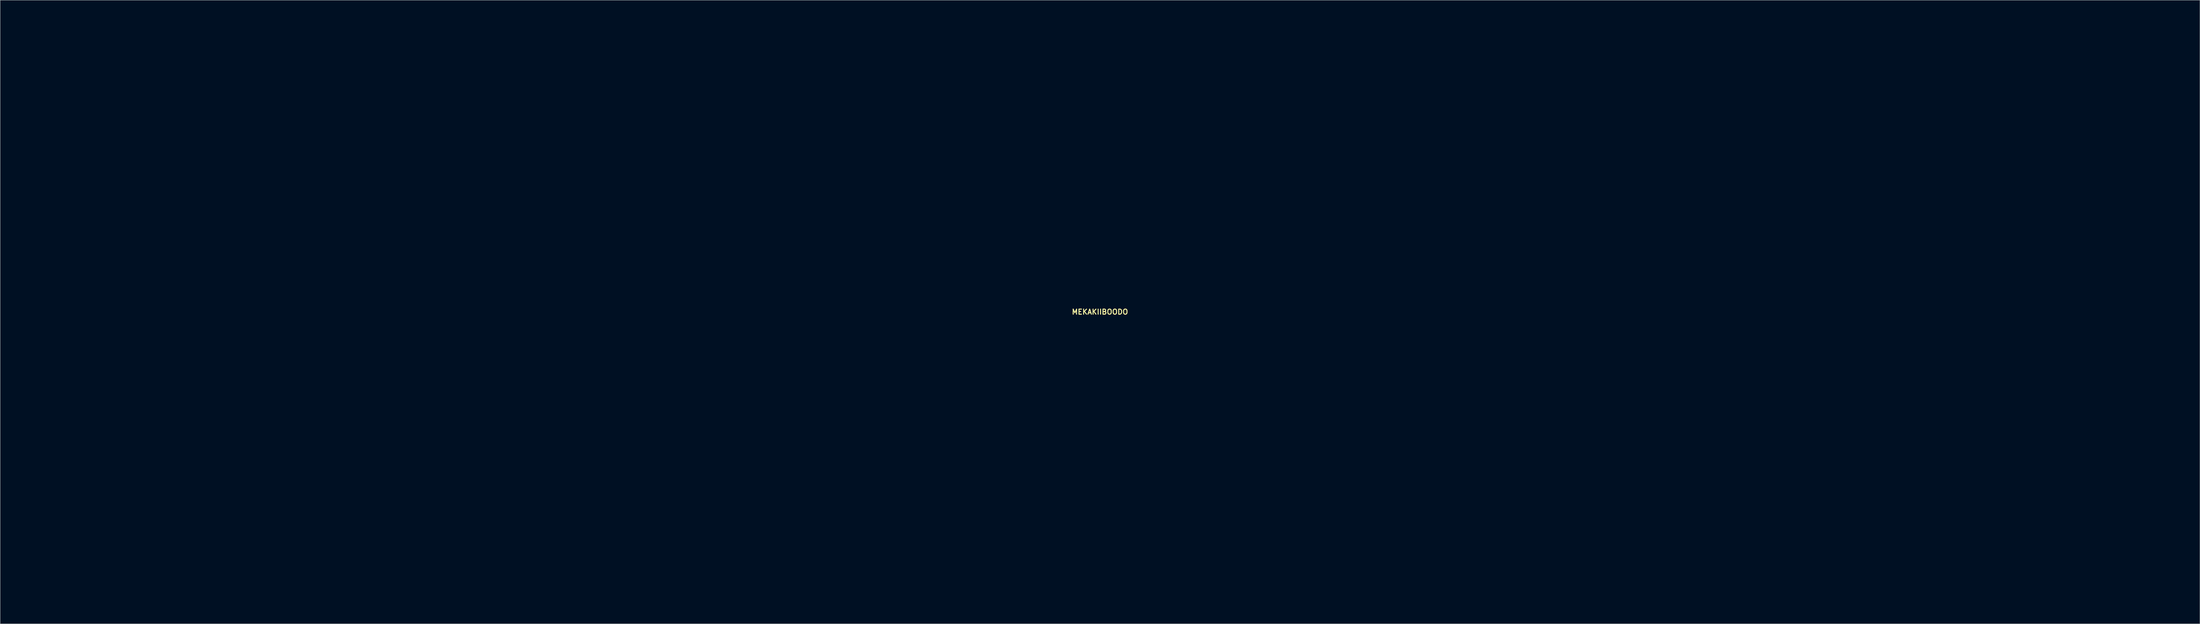
<source format=kicad_pcb>
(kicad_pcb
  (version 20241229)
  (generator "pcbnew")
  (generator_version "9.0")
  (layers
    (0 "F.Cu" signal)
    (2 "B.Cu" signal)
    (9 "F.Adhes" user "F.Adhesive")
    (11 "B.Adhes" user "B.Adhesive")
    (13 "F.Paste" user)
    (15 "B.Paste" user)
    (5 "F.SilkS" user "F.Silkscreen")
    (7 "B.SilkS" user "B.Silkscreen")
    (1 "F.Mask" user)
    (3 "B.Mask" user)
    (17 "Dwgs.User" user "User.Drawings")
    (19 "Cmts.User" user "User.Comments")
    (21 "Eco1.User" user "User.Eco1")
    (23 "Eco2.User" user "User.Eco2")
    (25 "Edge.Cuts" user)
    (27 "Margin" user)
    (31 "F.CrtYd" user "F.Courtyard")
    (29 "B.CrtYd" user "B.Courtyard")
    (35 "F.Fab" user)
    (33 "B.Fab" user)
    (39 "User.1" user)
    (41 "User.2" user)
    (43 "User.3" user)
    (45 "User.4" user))
  (footprint "MEKAKIIBOODO"
    (layer "F.Cu")
    (at 326.364 90.354)
    (property "Reference" "MEKAKIIBOODO" (at 0 0 0) (layer "F.SilkS") (effects (font (size 1.524 1.524) (thickness 0.3))))
    (attr through_hole)
    (fp_poly (pts (xy -94.08 -10.833) (xy -123.95 -10.833) (xy -123.95 -15.145) (xy -94.08 -15.145) (xy -94.08 -10.833)) (stroke (width 0.01) (type solid)) (fill no) (layer "Eco2.User"))
    (fp_poly (pts (xy 73.518 4.049) (xy 39.073 4.049) (xy 39.073 0.053) (xy 73.518 0.053) (xy 73.518 4.049)) (stroke (width 0.01) (type solid)) (fill no) (layer "Eco2.User"))
    (fp_poly (pts (xy 99.457 -21.864) (xy 101.731 -21.85) (xy 101.758 -12.779) (xy 118.428 -12.779) (xy 118.428 -8.94) (xy 101.758 -8.94) (xy 101.758 24.296) (xy 97.183 24.296) (xy 97.183 -8.94) (xy 80.039 -8.94) (xy 80.039 -12.779) (xy 97.183 -12.779) (xy 97.183 -21.878) (xy 99.457 -21.864)) (stroke (width 0.01) (type solid)) (fill no) (layer "Eco2.User"))
    (fp_poly (pts (xy 159.802 2.038) (xy 159.789 4.023) (xy 142.588 4.036) (xy 141.249 4.037) (xy 139.938 4.038) (xy 138.657 4.038) (xy 137.411 4.039) (xy 136.204 4.039) (xy 135.04 4.038) (xy 133.922 4.038) (xy 132.855 4.037) (xy 131.842 4.037) (xy 130.888 4.036) (xy 129.995 4.035) (xy 129.169 4.033) (xy 128.413 4.032) (xy 127.731 4.03) (xy 127.126 4.028) (xy 126.604 4.026) (xy 126.166 4.024) (xy 125.819 4.022) (xy 125.565 4.02) (xy 125.408 4.017) (xy 125.352 4.014) (xy 125.352 4.014) (xy 125.344 3.955) (xy 125.337 3.803) (xy 125.331 3.57) (xy 125.325 3.266) (xy 125.321 2.905) (xy 125.318 2.497) (xy 125.317 2.055) (xy 125.317 2.016) (xy 125.317 0.053) (xy 159.816 0.053) (xy 159.802 2.038)) (stroke (width 0.01) (type solid)) (fill no) (layer "Eco2.User"))
    (fp_poly (pts (xy -90.925 20.72) (xy -108.99 20.72) (xy -110.684 20.72) (xy -112.275 20.719) (xy -113.766 20.719) (xy -115.161 20.719) (xy -116.461 20.718) (xy -117.671 20.717) (xy -118.792 20.716) (xy -119.828 20.715) (xy -120.781 20.713) (xy -121.655 20.711) (xy -122.451 20.71) (xy -123.173 20.707) (xy -123.823 20.705) (xy -124.405 20.702) (xy -124.921 20.699) (xy -125.374 20.696) (xy -125.767 20.693) (xy -126.103 20.689) (xy -126.384 20.685) (xy -126.613 20.68) (xy -126.793 20.675) (xy -126.927 20.67) (xy -127.018 20.665) (xy -127.068 20.659) (xy -127.081 20.654) (xy -127.086 20.588) (xy -127.09 20.429) (xy -127.094 20.188) (xy -127.095 19.877) (xy -127.096 19.507) (xy -127.096 19.089) (xy -127.094 18.637) (xy -127.093 18.485) (xy -127.079 16.381) (xy -90.925 16.355) (xy -90.925 20.72)) (stroke (width 0.01) (type solid)) (fill no) (layer "Eco2.User"))
    (fp_poly (pts (xy 108.723 -23.868) (xy 108.765 -23.807) (xy 108.851 -23.669) (xy 108.972 -23.468) (xy 109.12 -23.218) (xy 109.287 -22.932) (xy 109.465 -22.627) (xy 109.645 -22.315) (xy 109.819 -22.01) (xy 109.979 -21.728) (xy 110.117 -21.482) (xy 110.146 -21.43) (xy 110.375 -21.007) (xy 110.613 -20.556) (xy 110.856 -20.086) (xy 111.099 -19.607) (xy 111.338 -19.127) (xy 111.568 -18.657) (xy 111.785 -18.206) (xy 111.985 -17.782) (xy 112.162 -17.397) (xy 112.313 -17.058) (xy 112.432 -16.775) (xy 112.516 -16.558) (xy 112.56 -16.417) (xy 112.561 -16.361) (xy 112.495 -16.322) (xy 112.356 -16.251) (xy 112.164 -16.159) (xy 111.986 -16.077) (xy 111.759 -15.973) (xy 111.465 -15.837) (xy 111.133 -15.684) (xy 110.792 -15.526) (xy 110.56 -15.419) (xy 109.66 -15) (xy 109.145 -16.164) (xy 108.778 -16.979) (xy 108.387 -17.817) (xy 107.982 -18.661) (xy 107.571 -19.491) (xy 107.164 -20.29) (xy 106.77 -21.039) (xy 106.398 -21.72) (xy 106.172 -22.118) (xy 105.916 -22.563) (xy 107.11 -23.144) (xy 107.554 -23.359) (xy 107.912 -23.531) (xy 108.193 -23.664) (xy 108.404 -23.76) (xy 108.555 -23.825) (xy 108.653 -23.861) (xy 108.707 -23.873) (xy 108.723 -23.868)) (stroke (width 0.01) (type solid)) (fill no) (layer "Eco2.User"))
    (fp_poly (pts (xy 115.094 -24.985) (xy 115.189 -24.856) (xy 115.322 -24.649) (xy 115.491 -24.373) (xy 115.689 -24.035) (xy 115.912 -23.644) (xy 116.156 -23.207) (xy 116.383 -22.791) (xy 116.575 -22.432) (xy 116.785 -22.031) (xy 117.007 -21.598) (xy 117.238 -21.143) (xy 117.471 -20.676) (xy 117.704 -20.207) (xy 117.929 -19.746) (xy 118.144 -19.302) (xy 118.343 -18.885) (xy 118.522 -18.505) (xy 118.675 -18.171) (xy 118.798 -17.895) (xy 118.887 -17.685) (xy 118.936 -17.551) (xy 118.943 -17.506) (xy 118.893 -17.474) (xy 118.761 -17.408) (xy 118.561 -17.314) (xy 118.309 -17.199) (xy 118.019 -17.068) (xy 117.706 -16.929) (xy 117.385 -16.789) (xy 117.07 -16.652) (xy 116.776 -16.527) (xy 116.519 -16.42) (xy 116.312 -16.336) (xy 116.171 -16.283) (xy 116.128 -16.269) (xy 116.023 -16.271) (xy 115.975 -16.336) (xy 115.944 -16.412) (xy 115.878 -16.569) (xy 115.784 -16.79) (xy 115.668 -17.06) (xy 115.537 -17.362) (xy 115.499 -17.45) (xy 115.097 -18.353) (xy 114.669 -19.274) (xy 114.226 -20.19) (xy 113.779 -21.08) (xy 113.338 -21.921) (xy 112.916 -22.69) (xy 112.811 -22.876) (xy 112.343 -23.691) (xy 113.664 -24.359) (xy 114.008 -24.532) (xy 114.323 -24.689) (xy 114.597 -24.823) (xy 114.816 -24.928) (xy 114.968 -24.999) (xy 115.041 -25.029) (xy 115.044 -25.029) (xy 115.094 -24.985)) (stroke (width 0.01) (type solid)) (fill no) (layer "Eco2.User"))
    (fp_poly (pts (xy 188.044 -19.535) (xy 188.097 -19.498) (xy 188.167 -19.415) (xy 188.264 -19.275) (xy 188.394 -19.069) (xy 188.565 -18.784) (xy 188.624 -18.684) (xy 189.308 -17.496) (xy 189.961 -16.296) (xy 190.586 -15.08) (xy 190.805 -14.639) (xy 191.018 -14.201) (xy 191.221 -13.775) (xy 191.408 -13.374) (xy 191.576 -13.006) (xy 191.72 -12.683) (xy 191.835 -12.415) (xy 191.915 -12.211) (xy 191.958 -12.083) (xy 191.961 -12.041) (xy 191.907 -12.013) (xy 191.773 -11.948) (xy 191.572 -11.852) (xy 191.319 -11.732) (xy 191.027 -11.595) (xy 190.712 -11.448) (xy 190.389 -11.297) (xy 190.07 -11.149) (xy 189.771 -11.01) (xy 189.506 -10.888) (xy 189.29 -10.789) (xy 189.136 -10.72) (xy 189.067 -10.69) (xy 189.008 -10.697) (xy 189.001 -10.718) (xy 188.98 -10.787) (xy 188.919 -10.94) (xy 188.824 -11.165) (xy 188.7 -11.451) (xy 188.552 -11.785) (xy 188.385 -12.157) (xy 188.204 -12.554) (xy 188.015 -12.966) (xy 187.823 -13.381) (xy 187.633 -13.786) (xy 187.6 -13.857) (xy 187.346 -14.384) (xy 187.063 -14.954) (xy 186.764 -15.544) (xy 186.459 -16.131) (xy 186.162 -16.692) (xy 185.883 -17.204) (xy 185.634 -17.646) (xy 185.615 -17.68) (xy 185.497 -17.887) (xy 185.401 -18.059) (xy 185.339 -18.176) (xy 185.32 -18.22) (xy 185.365 -18.249) (xy 185.49 -18.316) (xy 185.682 -18.414) (xy 185.924 -18.536) (xy 186.203 -18.675) (xy 186.504 -18.824) (xy 186.813 -18.976) (xy 187.115 -19.122) (xy 187.395 -19.257) (xy 187.64 -19.374) (xy 187.834 -19.464) (xy 187.962 -19.521) (xy 188.002 -19.536) (xy 188.044 -19.535)) (stroke (width 0.01) (type solid)) (fill no) (layer "Eco2.User"))
    (fp_poly (pts (xy 178.457 -7.672) (xy 179.509 -7.237) (xy 182.107 -6.119) (xy 184.649 -4.933) (xy 187.144 -3.674) (xy 189.602 -2.337) (xy 192.03 -0.918) (xy 194.439 0.59) (xy 196.837 2.19) (xy 199.232 3.889) (xy 199.897 4.378) (xy 200.88 5.106) (xy 200.297 6.116) (xy 200.087 6.479) (xy 199.858 6.876) (xy 199.628 7.275) (xy 199.415 7.644) (xy 199.244 7.941) (xy 199.09 8.206) (xy 198.952 8.44) (xy 198.84 8.628) (xy 198.762 8.754) (xy 198.73 8.801) (xy 198.677 8.785) (xy 198.561 8.71) (xy 198.398 8.588) (xy 198.203 8.429) (xy 198.143 8.378) (xy 196.885 7.331) (xy 195.535 6.278) (xy 194.106 5.227) (xy 192.611 4.184) (xy 191.063 3.16) (xy 189.474 2.16) (xy 187.858 1.193) (xy 186.226 0.268) (xy 184.592 -0.608) (xy 182.968 -1.427) (xy 181.367 -2.181) (xy 180.929 -2.378) (xy 180.647 -2.502) (xy 180.333 -2.637) (xy 180 -2.778) (xy 179.664 -2.919) (xy 179.34 -3.053) (xy 179.041 -3.175) (xy 178.783 -3.278) (xy 178.581 -3.357) (xy 178.449 -3.406) (xy 178.404 -3.418) (xy 178.402 -3.366) (xy 178.4 -3.214) (xy 178.398 -2.964) (xy 178.396 -2.623) (xy 178.394 -2.193) (xy 178.392 -1.68) (xy 178.39 -1.087) (xy 178.388 -0.42) (xy 178.387 0.318) (xy 178.385 1.123) (xy 178.384 1.99) (xy 178.383 2.915) (xy 178.382 3.893) (xy 178.381 4.92) (xy 178.38 5.993) (xy 178.379 7.106) (xy 178.379 8.255) (xy 178.379 9.436) (xy 178.378 10.645) (xy 178.378 24.716) (xy 173.908 24.716) (xy 173.908 -22.613) (xy 178.431 -22.613) (xy 178.457 -7.672)) (stroke (width 0.01) (type solid)) (fill no) (layer "Eco2.User"))
    (fp_poly (pts (xy 194.484 -20.669) (xy 194.498 -20.659) (xy 194.554 -20.58) (xy 194.654 -20.421) (xy 194.789 -20.194) (xy 194.954 -19.912) (xy 195.14 -19.586) (xy 195.34 -19.229) (xy 195.549 -18.854) (xy 195.758 -18.473) (xy 195.961 -18.098) (xy 196.054 -17.924) (xy 196.273 -17.508) (xy 196.501 -17.064) (xy 196.734 -16.603) (xy 196.968 -16.135) (xy 197.197 -15.668) (xy 197.417 -15.213) (xy 197.624 -14.78) (xy 197.813 -14.377) (xy 197.979 -14.015) (xy 198.118 -13.703) (xy 198.225 -13.451) (xy 198.296 -13.268) (xy 198.326 -13.165) (xy 198.324 -13.146) (xy 198.265 -13.115) (xy 198.124 -13.051) (xy 197.917 -12.959) (xy 197.658 -12.846) (xy 197.362 -12.719) (xy 197.284 -12.686) (xy 196.948 -12.544) (xy 196.613 -12.401) (xy 196.304 -12.27) (xy 196.043 -12.158) (xy 195.855 -12.077) (xy 195.852 -12.076) (xy 195.659 -11.998) (xy 195.505 -11.944) (xy 195.414 -11.923) (xy 195.398 -11.927) (xy 195.371 -11.986) (xy 195.311 -12.124) (xy 195.226 -12.322) (xy 195.123 -12.563) (xy 195.079 -12.667) (xy 194.719 -13.496) (xy 194.327 -14.359) (xy 193.915 -15.233) (xy 193.492 -16.098) (xy 193.07 -16.932) (xy 192.659 -17.712) (xy 192.27 -18.419) (xy 192.207 -18.53) (xy 192.056 -18.795) (xy 191.927 -19.027) (xy 191.827 -19.212) (xy 191.764 -19.333) (xy 191.746 -19.378) (xy 191.795 -19.404) (xy 191.927 -19.472) (xy 192.128 -19.574) (xy 192.388 -19.705) (xy 192.693 -19.859) (xy 193.032 -20.029) (xy 193.096 -20.061) (xy 193.495 -20.26) (xy 193.811 -20.415) (xy 194.053 -20.529) (xy 194.231 -20.607) (xy 194.356 -20.654) (xy 194.437 -20.673) (xy 194.484 -20.669)) (stroke (width 0.01) (type solid)) (fill no) (layer "Eco2.User"))
    (fp_poly (pts (xy 88.108 -3.084) (xy 88.251 -3.06) (xy 88.471 -3.021) (xy 88.756 -2.969) (xy 89.091 -2.907) (xy 89.465 -2.837) (xy 89.863 -2.761) (xy 90.274 -2.683) (xy 90.683 -2.604) (xy 91.078 -2.528) (xy 91.446 -2.456) (xy 91.773 -2.392) (xy 92.047 -2.337) (xy 92.255 -2.294) (xy 92.384 -2.266) (xy 92.421 -2.255) (xy 92.416 -2.199) (xy 92.389 -2.057) (xy 92.343 -1.844) (xy 92.281 -1.575) (xy 92.208 -1.266) (xy 92.187 -1.182) (xy 91.572 1.166) (xy 90.893 3.442) (xy 90.151 5.644) (xy 89.347 7.77) (xy 88.483 9.819) (xy 87.558 11.788) (xy 86.574 13.677) (xy 85.531 15.483) (xy 84.431 17.205) (xy 83.273 18.84) (xy 82.42 19.944) (xy 82.246 20.159) (xy 82.093 20.342) (xy 81.975 20.477) (xy 81.903 20.551) (xy 81.889 20.561) (xy 81.84 20.53) (xy 81.716 20.444) (xy 81.526 20.308) (xy 81.279 20.129) (xy 80.984 19.913) (xy 80.65 19.668) (xy 80.287 19.401) (xy 80.145 19.296) (xy 79.774 19.02) (xy 79.429 18.765) (xy 79.12 18.535) (xy 78.856 18.339) (xy 78.646 18.183) (xy 78.499 18.073) (xy 78.424 18.016) (xy 78.416 18.01) (xy 78.439 17.964) (xy 78.516 17.847) (xy 78.637 17.676) (xy 78.791 17.463) (xy 78.925 17.282) (xy 80.231 15.458) (xy 81.45 13.58) (xy 82.588 11.643) (xy 83.645 9.644) (xy 84.625 7.578) (xy 85.457 5.621) (xy 86.022 4.166) (xy 86.519 2.771) (xy 86.953 1.422) (xy 87.329 0.103) (xy 87.651 -1.201) (xy 87.852 -2.138) (xy 87.913 -2.437) (xy 87.967 -2.699) (xy 88.011 -2.906) (xy 88.042 -3.042) (xy 88.055 -3.09) (xy 88.108 -3.084)) (stroke (width 0.01) (type solid)) (fill no) (layer "Eco2.User"))
    (fp_poly (pts (xy -25.453 17.194) (xy -25.177 17.032) (xy -24.732 16.745) (xy -24.231 16.375) (xy -23.679 15.924) (xy -23.08 15.397) (xy -22.436 14.797) (xy -21.752 14.127) (xy -21.031 13.39) (xy -20.277 12.59) (xy -20.017 12.307) (xy -19.494 11.731) (xy -19.03 11.208) (xy -18.608 10.717) (xy -18.211 10.237) (xy -17.821 9.75) (xy -17.422 9.233) (xy -17.26 9.019) (xy -16.381 7.803) (xy -15.538 6.537) (xy -14.743 5.244) (xy -14.01 3.943) (xy -13.351 2.659) (xy -13.07 2.063) (xy -12.704 1.266) (xy -12.465 1.4) (xy -12.361 1.458) (xy -12.177 1.559) (xy -11.928 1.696) (xy -11.627 1.863) (xy -11.287 2.05) (xy -10.921 2.251) (xy -10.736 2.353) (xy -10.374 2.553) (xy -10.042 2.74) (xy -9.752 2.906) (xy -9.514 3.045) (xy -9.34 3.151) (xy -9.241 3.216) (xy -9.222 3.234) (xy -9.237 3.297) (xy -9.291 3.441) (xy -9.378 3.651) (xy -9.493 3.912) (xy -9.629 4.21) (xy -9.697 4.356) (xy -10.651 6.264) (xy -11.689 8.109) (xy -12.813 9.893) (xy -14.022 11.615) (xy -15.316 13.276) (xy -16.697 14.877) (xy -17.485 15.724) (xy -18.591 16.848) (xy -19.7 17.911) (xy -20.804 18.906) (xy -21.898 19.829) (xy -22.975 20.674) (xy -24.028 21.436) (xy -25.052 22.11) (xy -25.689 22.493) (xy -25.891 22.606) (xy -26.135 22.736) (xy -26.406 22.877) (xy -26.685 23.019) (xy -26.956 23.153) (xy -27.203 23.272) (xy -27.407 23.367) (xy -27.552 23.43) (xy -27.621 23.452) (xy -27.677 23.418) (xy -27.802 23.324) (xy -27.983 23.179) (xy -28.209 22.993) (xy -28.469 22.773) (xy -28.726 22.554) (xy -29.765 21.658) (xy -29.765 -20.404) (xy -25.453 -20.404) (xy -25.453 17.194)) (stroke (width 0.01) (type solid)) (fill no) (layer "Eco2.User"))
    (fp_poly (pts (xy 110.804 -3.327) (xy 110.828 -3.265) (xy 110.873 -3.118) (xy 110.933 -2.905) (xy 111.004 -2.643) (xy 111.062 -2.421) (xy 111.394 -1.198) (xy 111.77 0.072) (xy 112.181 1.362) (xy 112.617 2.644) (xy 113.069 3.889) (xy 113.527 5.069) (xy 113.724 5.552) (xy 114.452 7.228) (xy 115.239 8.904) (xy 116.075 10.561) (xy 116.952 12.185) (xy 117.861 13.758) (xy 118.793 15.264) (xy 119.739 16.687) (xy 120.06 17.146) (xy 120.202 17.35) (xy 120.319 17.525) (xy 120.397 17.651) (xy 120.427 17.71) (xy 120.427 17.71) (xy 120.388 17.752) (xy 120.278 17.852) (xy 120.107 18.002) (xy 119.885 18.193) (xy 119.624 18.417) (xy 119.331 18.665) (xy 119.019 18.928) (xy 118.697 19.199) (xy 118.375 19.468) (xy 118.064 19.727) (xy 117.773 19.967) (xy 117.513 20.181) (xy 117.294 20.358) (xy 117.126 20.492) (xy 117.02 20.573) (xy 116.987 20.593) (xy 116.908 20.576) (xy 116.845 20.518) (xy 116.79 20.443) (xy 116.683 20.301) (xy 116.538 20.107) (xy 116.366 19.88) (xy 116.24 19.714) (xy 115.373 18.506) (xy 114.517 17.193) (xy 113.674 15.777) (xy 112.844 14.258) (xy 112.027 12.634) (xy 111.222 10.908) (xy 110.672 9.65) (xy 109.992 8.014) (xy 109.354 6.387) (xy 108.76 4.782) (xy 108.215 3.21) (xy 107.724 1.684) (xy 107.289 0.215) (xy 106.916 -1.185) (xy 106.89 -1.288) (xy 106.815 -1.595) (xy 106.747 -1.872) (xy 106.693 -2.1) (xy 106.655 -2.262) (xy 106.639 -2.337) (xy 106.645 -2.397) (xy 106.702 -2.441) (xy 106.831 -2.481) (xy 106.938 -2.505) (xy 107.065 -2.532) (xy 107.279 -2.58) (xy 107.567 -2.644) (xy 107.914 -2.722) (xy 108.304 -2.809) (xy 108.723 -2.904) (xy 109.012 -2.969) (xy 109.427 -3.061) (xy 109.808 -3.144) (xy 110.145 -3.214) (xy 110.425 -3.27) (xy 110.636 -3.308) (xy 110.767 -3.327) (xy 110.804 -3.327)) (stroke (width 0.01) (type solid)) (fill no) (layer "Eco2.User"))
    (fp_poly (pts (xy -37.563 -9.979) (xy -37.566 -8.821) (xy -37.568 -7.763) (xy -37.572 -6.798) (xy -37.575 -5.919) (xy -37.578 -5.12) (xy -37.582 -4.396) (xy -37.587 -3.739) (xy -37.592 -3.144) (xy -37.598 -2.605) (xy -37.604 -2.115) (xy -37.612 -1.669) (xy -37.621 -1.259) (xy -37.631 -0.88) (xy -37.643 -0.525) (xy -37.656 -0.189) (xy -37.67 0.135) (xy -37.686 0.453) (xy -37.704 0.771) (xy -37.724 1.096) (xy -37.746 1.434) (xy -37.771 1.791) (xy -37.787 2.025) (xy -37.885 3.291) (xy -37.997 4.467) (xy -38.126 5.566) (xy -38.274 6.602) (xy -38.443 7.588) (xy -38.636 8.538) (xy -38.854 9.466) (xy -39.1 10.386) (xy -39.206 10.754) (xy -39.713 12.316) (xy -40.289 13.8) (xy -40.937 15.212) (xy -41.66 16.556) (xy -42.459 17.837) (xy -43.339 19.058) (xy -44.301 20.224) (xy -45.348 21.341) (xy -45.679 21.667) (xy -45.941 21.914) (xy -46.231 22.18) (xy -46.538 22.454) (xy -46.852 22.728) (xy -47.162 22.993) (xy -47.456 23.239) (xy -47.724 23.458) (xy -47.955 23.639) (xy -48.139 23.775) (xy -48.264 23.856) (xy -48.312 23.875) (xy -48.351 23.833) (xy -48.443 23.714) (xy -48.582 23.526) (xy -48.759 23.28) (xy -48.97 22.984) (xy -49.206 22.648) (xy -49.462 22.281) (xy -49.532 22.181) (xy -50.705 20.487) (xy -50.503 20.327) (xy -49.616 19.573) (xy -48.731 18.723) (xy -47.856 17.783) (xy -46.998 16.762) (xy -46.538 16.171) (xy -45.811 15.147) (xy -45.154 14.082) (xy -44.564 12.971) (xy -44.039 11.809) (xy -43.578 10.588) (xy -43.178 9.304) (xy -42.837 7.952) (xy -42.554 6.524) (xy -42.326 5.017) (xy -42.153 3.423) (xy -42.152 3.418) (xy -42.117 3.017) (xy -42.084 2.629) (xy -42.055 2.247) (xy -42.028 1.866) (xy -42.004 1.481) (xy -41.982 1.085) (xy -41.962 0.672) (xy -41.945 0.237) (xy -41.929 -0.227) (xy -41.916 -0.725) (xy -41.904 -1.263) (xy -41.894 -1.847) (xy -41.886 -2.483) (xy -41.879 -3.177) (xy -41.874 -3.934) (xy -41.869 -4.761) (xy -41.866 -5.663) (xy -41.863 -6.647) (xy -41.862 -7.717) (xy -41.861 -8.881) (xy -41.861 -10.143) (xy -41.861 -10.242) (xy -41.86 -18.721) (xy -37.541 -18.721) (xy -37.563 -9.979)) (stroke (width 0.01) (type solid)) (fill no) (layer "Eco2.User"))
    (fp_poly (pts (xy -70.31 -12.095) (xy -55.098 -12.095) (xy -55.129 -5.982) (xy -55.135 -4.852) (xy -55.141 -3.82) (xy -55.149 -2.876) (xy -55.157 -2.011) (xy -55.166 -1.218) (xy -55.177 -0.488) (xy -55.19 0.188) (xy -55.205 0.817) (xy -55.223 1.409) (xy -55.243 1.971) (xy -55.266 2.513) (xy -55.292 3.042) (xy -55.322 3.567) (xy -55.355 4.097) (xy -55.393 4.639) (xy -55.435 5.203) (xy -55.481 5.797) (xy -55.532 6.429) (xy -55.536 6.468) (xy -55.656 7.856) (xy -55.78 9.145) (xy -55.909 10.343) (xy -56.045 11.458) (xy -56.187 12.495) (xy -56.339 13.462) (xy -56.5 14.366) (xy -56.671 15.214) (xy -56.855 16.013) (xy -57.051 16.77) (xy -57.262 17.492) (xy -57.351 17.775) (xy -57.657 18.651) (xy -57.983 19.431) (xy -58.333 20.123) (xy -58.712 20.737) (xy -59.123 21.28) (xy -59.503 21.693) (xy -59.987 22.127) (xy -60.498 22.492) (xy -61.046 22.79) (xy -61.639 23.025) (xy -62.289 23.2) (xy -63.006 23.319) (xy -63.798 23.384) (xy -64.532 23.401) (xy -65.179 23.39) (xy -65.826 23.356) (xy -66.485 23.296) (xy -67.17 23.21) (xy -67.895 23.095) (xy -68.672 22.949) (xy -69.517 22.769) (xy -70.442 22.555) (xy -70.777 22.474) (xy -71.165 22.379) (xy -71.126 20.353) (xy -71.117 19.902) (xy -71.108 19.485) (xy -71.099 19.113) (xy -71.09 18.798) (xy -71.082 18.551) (xy -71.074 18.384) (xy -71.068 18.309) (xy -71.068 18.305) (xy -71.012 18.311) (xy -70.878 18.342) (xy -70.686 18.395) (xy -70.508 18.447) (xy -69.395 18.753) (xy -68.314 18.987) (xy -67.276 19.145) (xy -66.289 19.229) (xy -65.407 19.236) (xy -65.091 19.223) (xy -64.85 19.206) (xy -64.654 19.18) (xy -64.472 19.14) (xy -64.276 19.081) (xy -64.157 19.042) (xy -63.691 18.864) (xy -63.309 18.671) (xy -62.99 18.45) (xy -62.72 18.195) (xy -62.392 17.784) (xy -62.082 17.276) (xy -61.791 16.671) (xy -61.518 15.97) (xy -61.263 15.171) (xy -61.025 14.273) (xy -60.805 13.276) (xy -60.603 12.179) (xy -60.419 10.983) (xy -60.251 9.685) (xy -60.101 8.286) (xy -59.968 6.785) (xy -59.852 5.181) (xy -59.768 3.76) (xy -59.732 3.06) (xy -59.7 2.375) (xy -59.672 1.695) (xy -59.649 1.009) (xy -59.629 0.308) (xy -59.612 -0.42) (xy -59.599 -1.185) (xy -59.589 -1.997) (xy -59.582 -2.866) (xy -59.578 -3.804) (xy -59.576 -4.821) (xy -59.577 -5.927) (xy -59.578 -6.56) (xy -59.582 -8.256) (xy -70.511 -8.256) (xy -70.545 -7.744) (xy -70.595 -7.007) (xy -70.645 -6.313) (xy -70.693 -5.673) (xy -70.739 -5.102) (xy -70.782 -4.611) (xy -70.813 -4.286) (xy -71.059 -2.148) (xy -71.362 -0.098) (xy -71.722 1.87) (xy -72.139 3.756) (xy -72.615 5.565) (xy -73.149 7.299) (xy -73.744 8.961) (xy -74.399 10.554) (xy -75.105 12.058) (xy -76.014 13.795) (xy -76.962 15.438) (xy -77.952 16.993) (xy -78.989 18.465) (xy -80.077 19.86) (xy -81.218 21.183) (xy -82.418 22.441) (xy -82.648 22.667) (xy -82.931 22.941) (xy -83.229 23.223) (xy -83.528 23.501) (xy -83.817 23.765) (xy -84.082 24.002) (xy -84.313 24.203) (xy -84.496 24.356) (xy -84.619 24.451) (xy -84.641 24.465) (xy -84.687 24.435) (xy -84.795 24.333) (xy -84.956 24.169) (xy -85.163 23.952) (xy -85.409 23.688) (xy -85.685 23.387) (xy -85.983 23.057) (xy -86.052 22.98) (xy -86.353 22.642) (xy -86.63 22.329) (xy -86.875 22.048) (xy -87.082 21.808) (xy -87.242 21.618) (xy -87.349 21.487) (xy -87.394 21.424) (xy -87.395 21.42) (xy -87.354 21.373) (xy -87.247 21.265) (xy -87.087 21.108) (xy -86.883 20.913) (xy -86.649 20.69) (xy -86.563 20.61) (xy -85.301 19.357) (xy -84.095 18.021) (xy -82.949 16.61) (xy -81.871 15.132) (xy -80.865 13.598) (xy -79.938 12.016) (xy -79.095 10.396) (xy -78.344 8.746) (xy -77.811 7.407) (xy -77.275 5.853) (xy -76.79 4.209) (xy -76.357 2.476) (xy -75.975 0.656) (xy -75.646 -1.25) (xy -75.37 -3.239) (xy -75.146 -5.311) (xy -74.975 -7.463) (xy -74.961 -7.691) (xy -74.925 -8.256) (xy -85.508 -8.256) (xy -85.508 -12.095) (xy -80.184 -12.108) (xy -74.859 -12.122) (xy -74.832 -22.402) (xy -70.31 -22.402) (xy -70.31 -12.095)) (stroke (width 0.01) (type solid)) (fill no) (layer "Eco2.User"))
    (fp_poly (pts (xy -147.509 -12.095) (xy -132.255 -12.095) (xy -132.286 -7.454) (xy -132.295 -6.198) (xy -132.304 -5.039) (xy -132.314 -3.971) (xy -132.325 -2.984) (xy -132.338 -2.073) (xy -132.352 -1.228) (xy -132.368 -0.443) (xy -132.385 0.291) (xy -132.405 0.98) (xy -132.428 1.632) (xy -132.453 2.256) (xy -132.481 2.858) (xy -132.512 3.446) (xy -132.547 4.029) (xy -132.585 4.613) (xy -132.628 5.206) (xy -132.674 5.815) (xy -132.709 6.258) (xy -132.829 7.673) (xy -132.954 8.99) (xy -133.085 10.216) (xy -133.222 11.357) (xy -133.367 12.421) (xy -133.522 13.414) (xy -133.686 14.342) (xy -133.861 15.214) (xy -134.049 16.036) (xy -134.249 16.815) (xy -134.444 17.492) (xy -134.777 18.481) (xy -135.147 19.373) (xy -135.556 20.169) (xy -136.005 20.872) (xy -136.495 21.483) (xy -137.028 22.004) (xy -137.606 22.437) (xy -138.23 22.784) (xy -138.901 23.046) (xy -138.918 23.051) (xy -139.271 23.154) (xy -139.612 23.234) (xy -139.963 23.294) (xy -140.348 23.337) (xy -140.789 23.366) (xy -141.308 23.385) (xy -141.403 23.388) (xy -142.01 23.393) (xy -142.597 23.38) (xy -143.18 23.347) (xy -143.772 23.291) (xy -144.39 23.21) (xy -145.047 23.104) (xy -145.759 22.969) (xy -146.54 22.803) (xy -147.406 22.605) (xy -147.42 22.602) (xy -148.355 22.382) (xy -148.32 20.355) (xy -148.311 19.904) (xy -148.303 19.486) (xy -148.294 19.115) (xy -148.286 18.8) (xy -148.279 18.553) (xy -148.273 18.386) (xy -148.268 18.311) (xy -148.267 18.308) (xy -148.214 18.315) (xy -148.077 18.347) (xy -147.873 18.401) (xy -147.619 18.47) (xy -147.417 18.527) (xy -146.575 18.754) (xy -145.799 18.932) (xy -145.065 19.066) (xy -144.35 19.159) (xy -143.628 19.216) (xy -143.275 19.231) (xy -142.809 19.241) (xy -142.426 19.236) (xy -142.101 19.214) (xy -141.814 19.171) (xy -141.54 19.107) (xy -141.282 19.026) (xy -140.792 18.828) (xy -140.37 18.586) (xy -140.004 18.288) (xy -139.679 17.922) (xy -139.383 17.474) (xy -139.119 16.966) (xy -138.846 16.328) (xy -138.591 15.606) (xy -138.353 14.798) (xy -138.132 13.902) (xy -137.927 12.916) (xy -137.738 11.84) (xy -137.565 10.67) (xy -137.408 9.406) (xy -137.267 8.045) (xy -137.141 6.586) (xy -137.029 5.028) (xy -136.933 3.367) (xy -136.888 2.472) (xy -136.864 1.884) (xy -136.841 1.213) (xy -136.82 0.478) (xy -136.801 -0.305) (xy -136.784 -1.118) (xy -136.771 -1.946) (xy -136.759 -2.771) (xy -136.752 -3.575) (xy -136.747 -4.343) (xy -136.746 -5.056) (xy -136.749 -5.697) (xy -136.756 -6.245) (xy -136.794 -8.256) (xy -147.708 -8.256) (xy -147.743 -7.612) (xy -147.905 -5.309) (xy -148.13 -3.079) (xy -148.421 -0.924) (xy -148.775 1.154) (xy -149.193 3.155) (xy -149.674 5.077) (xy -150.219 6.919) (xy -150.827 8.68) (xy -151.497 10.358) (xy -152.076 11.635) (xy -152.805 13.082) (xy -153.598 14.512) (xy -154.447 15.912) (xy -155.344 17.273) (xy -156.281 18.583) (xy -157.251 19.832) (xy -158.245 21.008) (xy -159.255 22.101) (xy -160.245 23.072) (xy -160.469 23.279) (xy -160.712 23.499) (xy -160.961 23.722) (xy -161.204 23.937) (xy -161.427 24.133) (xy -161.618 24.297) (xy -161.765 24.42) (xy -161.854 24.49) (xy -161.876 24.503) (xy -161.913 24.464) (xy -162.013 24.355) (xy -162.167 24.186) (xy -162.368 23.963) (xy -162.608 23.697) (xy -162.879 23.395) (xy -163.173 23.066) (xy -163.207 23.029) (xy -163.505 22.695) (xy -163.782 22.384) (xy -164.03 22.105) (xy -164.24 21.867) (xy -164.405 21.68) (xy -164.516 21.552) (xy -164.566 21.493) (xy -164.568 21.491) (xy -164.562 21.426) (xy -164.483 21.316) (xy -164.324 21.154) (xy -164.278 21.111) (xy -162.936 19.806) (xy -161.691 18.479) (xy -160.537 17.121) (xy -159.467 15.723) (xy -158.473 14.275) (xy -157.549 12.768) (xy -156.689 11.192) (xy -156.272 10.36) (xy -155.902 9.58) (xy -155.575 8.843) (xy -155.274 8.113) (xy -154.988 7.356) (xy -154.701 6.537) (xy -154.633 6.337) (xy -154.191 4.935) (xy -153.794 3.498) (xy -153.44 2.017) (xy -153.126 0.481) (xy -152.85 -1.12) (xy -152.611 -2.798) (xy -152.406 -4.563) (xy -152.349 -5.127) (xy -152.322 -5.414) (xy -152.293 -5.751) (xy -152.264 -6.12) (xy -152.234 -6.503) (xy -152.206 -6.882) (xy -152.181 -7.238) (xy -152.161 -7.552) (xy -152.146 -7.807) (xy -152.138 -7.983) (xy -152.137 -8.033) (xy -152.137 -8.256) (xy -162.707 -8.256) (xy -162.707 -12.095) (xy -152.032 -12.095) (xy -152.032 -22.402) (xy -147.509 -22.402) (xy -147.509 -12.095)) (stroke (width 0.01) (type solid)) (fill no) (layer "Eco2.User"))
    (fp_poly (pts (xy -173.703 -21.224) (xy -173.622 -21.212) (xy -173.448 -21.187) (xy -173.195 -21.152) (xy -172.874 -21.108) (xy -172.497 -21.057) (xy -172.076 -21.001) (xy -171.624 -20.941) (xy -171.516 -20.927) (xy -171.064 -20.866) (xy -170.645 -20.809) (xy -170.271 -20.758) (xy -169.953 -20.713) (xy -169.702 -20.677) (xy -169.529 -20.65) (xy -169.447 -20.635) (xy -169.441 -20.633) (xy -169.435 -20.569) (xy -169.447 -20.409) (xy -169.475 -20.162) (xy -169.518 -19.836) (xy -169.576 -19.44) (xy -169.646 -18.981) (xy -169.729 -18.468) (xy -169.761 -18.274) (xy -170.231 -15.752) (xy -170.793 -13.269) (xy -171.448 -10.819) (xy -172.199 -8.398) (xy -173.047 -6.001) (xy -173.994 -3.622) (xy -175.041 -1.256) (xy -176.191 1.101) (xy -176.915 2.484) (xy -177.388 3.365) (xy -177.239 3.541) (xy -177.161 3.629) (xy -177.024 3.781) (xy -176.84 3.984) (xy -176.62 4.224) (xy -176.376 4.488) (xy -176.218 4.659) (xy -174.89 6.115) (xy -173.639 7.534) (xy -172.451 8.933) (xy -171.312 10.327) (xy -170.208 11.734) (xy -169.999 12.007) (xy -169.827 12.237) (xy -169.681 12.438) (xy -169.572 12.596) (xy -169.51 12.696) (xy -169.501 12.723) (xy -169.541 12.771) (xy -169.646 12.883) (xy -169.805 13.05) (xy -170.011 13.263) (xy -170.254 13.513) (xy -170.526 13.791) (xy -170.816 14.087) (xy -171.117 14.392) (xy -171.42 14.698) (xy -171.714 14.996) (xy -171.992 15.275) (xy -172.245 15.527) (xy -172.462 15.744) (xy -172.636 15.915) (xy -172.758 16.032) (xy -172.818 16.085) (xy -172.822 16.087) (xy -172.858 16.036) (xy -172.936 15.92) (xy -173.042 15.762) (xy -173.068 15.724) (xy -173.414 15.218) (xy -173.824 14.646) (xy -174.289 14.019) (xy -174.801 13.348) (xy -175.351 12.643) (xy -175.931 11.917) (xy -176.532 11.179) (xy -177.146 10.441) (xy -177.347 10.202) (xy -177.641 9.856) (xy -177.945 9.502) (xy -178.25 9.149) (xy -178.549 8.804) (xy -178.833 8.479) (xy -179.096 8.18) (xy -179.329 7.919) (xy -179.523 7.702) (xy -179.672 7.54) (xy -179.767 7.442) (xy -179.8 7.415) (xy -179.84 7.456) (xy -179.926 7.57) (xy -180.047 7.741) (xy -180.191 7.952) (xy -180.245 8.033) (xy -180.924 9.024) (xy -181.665 10.045) (xy -182.445 11.07) (xy -183.244 12.071) (xy -184.041 13.022) (xy -184.637 13.699) (xy -184.89 13.974) (xy -185.204 14.303) (xy -185.563 14.672) (xy -185.95 15.064) (xy -186.349 15.463) (xy -186.744 15.852) (xy -187.119 16.215) (xy -187.457 16.536) (xy -187.713 16.773) (xy -189.246 18.094) (xy -190.832 19.326) (xy -192.469 20.468) (xy -194.155 21.516) (xy -195.889 22.472) (xy -195.917 22.486) (xy -196.23 22.644) (xy -196.58 22.816) (xy -196.952 22.995) (xy -197.331 23.173) (xy -197.703 23.344) (xy -198.051 23.501) (xy -198.362 23.638) (xy -198.621 23.746) (xy -198.811 23.821) (xy -198.903 23.851) (xy -198.972 23.862) (xy -199.027 23.845) (xy -199.082 23.781) (xy -199.15 23.656) (xy -199.248 23.451) (xy -199.25 23.447) (xy -199.341 23.252) (xy -199.467 22.988) (xy -199.614 22.681) (xy -199.769 22.357) (xy -199.887 22.113) (xy -200.046 21.784) (xy -200.21 21.444) (xy -200.365 21.12) (xy -200.498 20.842) (xy -200.57 20.689) (xy -200.821 20.158) (xy -200.13 19.851) (xy -198.487 19.061) (xy -196.88 18.174) (xy -195.309 17.188) (xy -193.776 16.106) (xy -192.281 14.926) (xy -190.826 13.652) (xy -189.41 12.282) (xy -188.035 10.818) (xy -186.701 9.26) (xy -185.409 7.609) (xy -184.902 6.919) (xy -184.714 6.655) (xy -184.505 6.355) (xy -184.282 6.031) (xy -184.054 5.694) (xy -183.828 5.357) (xy -183.613 5.031) (xy -183.415 4.727) (xy -183.242 4.459) (xy -183.103 4.238) (xy -183.006 4.075) (xy -182.958 3.982) (xy -182.954 3.968) (xy -182.99 3.916) (xy -183.095 3.798) (xy -183.261 3.62) (xy -183.48 3.39) (xy -183.747 3.115) (xy -184.054 2.802) (xy -184.393 2.458) (xy -184.758 2.09) (xy -185.142 1.706) (xy -185.537 1.312) (xy -185.937 0.915) (xy -186.334 0.523) (xy -186.721 0.143) (xy -187.092 -0.219) (xy -187.438 -0.555) (xy -187.754 -0.858) (xy -188.031 -1.121) (xy -188.186 -1.265) (xy -189.662 -2.615) (xy -191.099 -3.893) (xy -192.516 -5.116) (xy -193.933 -6.3) (xy -195.075 -7.228) (xy -195.331 -7.433) (xy -195.56 -7.617) (xy -195.748 -7.769) (xy -195.883 -7.878) (xy -195.952 -7.934) (xy -195.958 -7.939) (xy -195.935 -7.986) (xy -195.857 -8.105) (xy -195.731 -8.286) (xy -195.567 -8.517) (xy -195.372 -8.787) (xy -195.154 -9.084) (xy -194.922 -9.398) (xy -194.685 -9.718) (xy -194.449 -10.032) (xy -194.225 -10.329) (xy -194.019 -10.598) (xy -193.841 -10.828) (xy -193.698 -11.008) (xy -193.599 -11.126) (xy -193.556 -11.169) (xy -193.499 -11.162) (xy -193.382 -11.098) (xy -193.2 -10.976) (xy -192.947 -10.79) (xy -192.621 -10.539) (xy -192.599 -10.522) (xy -190.783 -9.078) (xy -188.968 -7.581) (xy -187.171 -6.047) (xy -185.411 -4.494) (xy -183.707 -2.937) (xy -182.079 -1.393) (xy -181.626 -0.952) (xy -181.362 -0.695) (xy -181.123 -0.465) (xy -180.919 -0.272) (xy -180.76 -0.124) (xy -180.657 -0.033) (xy -180.619 -0.006) (xy -180.578 -0.072) (xy -180.499 -0.22) (xy -180.387 -0.433) (xy -180.25 -0.698) (xy -180.096 -1.001) (xy -179.932 -1.328) (xy -179.764 -1.664) (xy -179.6 -1.995) (xy -179.448 -2.308) (xy -179.313 -2.587) (xy -179.243 -2.735) (xy -178.207 -5.063) (xy -177.269 -7.421) (xy -176.43 -9.805) (xy -175.691 -12.21) (xy -175.053 -14.633) (xy -174.517 -17.07) (xy -174.085 -19.517) (xy -173.931 -20.577) (xy -173.839 -21.25) (xy -173.703 -21.224)) (stroke (width 0.01) (type solid)) (fill no) (layer "Eco2.User"))
    (fp_poly (pts (xy 13.496 -22.386) (xy 13.502 -22.333) (xy 13.517 -22.183) (xy 13.538 -21.942) (xy 13.567 -21.619) (xy 13.602 -21.22) (xy 13.642 -20.753) (xy 13.688 -20.225) (xy 13.738 -19.643) (xy 13.791 -19.015) (xy 13.848 -18.348) (xy 13.907 -17.649) (xy 13.918 -17.524) (xy 14.327 -12.674) (xy 14.513 -12.676) (xy 14.587 -12.681) (xy 14.76 -12.696) (xy 15.025 -12.721) (xy 15.375 -12.754) (xy 15.804 -12.795) (xy 16.306 -12.844) (xy 16.874 -12.899) (xy 17.501 -12.961) (xy 18.183 -13.028) (xy 18.911 -13.1) (xy 19.679 -13.176) (xy 20.482 -13.256) (xy 21.313 -13.339) (xy 21.43 -13.351) (xy 22.26 -13.434) (xy 23.061 -13.514) (xy 23.827 -13.59) (xy 24.551 -13.662) (xy 25.227 -13.73) (xy 25.849 -13.791) (xy 26.411 -13.847) (xy 26.906 -13.895) (xy 27.329 -13.937) (xy 27.673 -13.97) (xy 27.932 -13.995) (xy 28.1 -14.011) (xy 28.171 -14.017) (xy 28.172 -14.017) (xy 28.184 -13.962) (xy 28.202 -13.817) (xy 28.227 -13.595) (xy 28.257 -13.312) (xy 28.291 -12.98) (xy 28.326 -12.615) (xy 28.363 -12.23) (xy 28.399 -11.841) (xy 28.434 -11.46) (xy 28.465 -11.103) (xy 28.492 -10.783) (xy 28.514 -10.515) (xy 28.528 -10.313) (xy 28.534 -10.192) (xy 28.532 -10.162) (xy 28.516 -10.155) (xy 28.475 -10.147) (xy 28.405 -10.136) (xy 28.302 -10.123) (xy 28.161 -10.106) (xy 27.979 -10.085) (xy 27.75 -10.06) (xy 27.47 -10.03) (xy 27.136 -9.995) (xy 26.743 -9.955) (xy 26.286 -9.909) (xy 25.761 -9.856) (xy 25.165 -9.796) (xy 24.492 -9.729) (xy 23.738 -9.655) (xy 22.9 -9.572) (xy 21.972 -9.48) (xy 20.95 -9.379) (xy 19.831 -9.269) (xy 19.142 -9.202) (xy 18.47 -9.135) (xy 17.828 -9.072) (xy 17.224 -9.012) (xy 16.666 -8.957) (xy 16.162 -8.906) (xy 15.719 -8.862) (xy 15.345 -8.824) (xy 15.047 -8.793) (xy 14.833 -8.771) (xy 14.71 -8.758) (xy 14.683 -8.754) (xy 14.686 -8.702) (xy 14.698 -8.552) (xy 14.717 -8.313) (xy 14.744 -7.992) (xy 14.777 -7.596) (xy 14.816 -7.133) (xy 14.86 -6.61) (xy 14.909 -6.036) (xy 14.962 -5.416) (xy 15.018 -4.76) (xy 15.077 -4.075) (xy 15.138 -3.368) (xy 15.201 -2.646) (xy 15.264 -1.918) (xy 15.327 -1.19) (xy 15.389 -0.471) (xy 15.451 0.232) (xy 15.51 0.913) (xy 15.567 1.562) (xy 15.62 2.173) (xy 15.67 2.737) (xy 15.715 3.249) (xy 15.755 3.699) (xy 15.789 4.08) (xy 15.817 4.386) (xy 15.838 4.608) (xy 15.85 4.738) (xy 15.855 4.772) (xy 15.907 4.769) (xy 16.055 4.756) (xy 16.289 4.735) (xy 16.6 4.705) (xy 16.98 4.668) (xy 17.418 4.625) (xy 17.907 4.577) (xy 18.436 4.524) (xy 18.962 4.471) (xy 19.69 4.397) (xy 20.514 4.314) (xy 21.426 4.221) (xy 22.417 4.121) (xy 23.479 4.014) (xy 24.603 3.9) (xy 25.781 3.781) (xy 27.004 3.658) (xy 28.263 3.531) (xy 29.551 3.401) (xy 30.859 3.269) (xy 31.54 3.2) (xy 31.873 3.168) (xy 32.169 3.143) (xy 32.414 3.127) (xy 32.591 3.119) (xy 32.686 3.121) (xy 32.696 3.124) (xy 32.707 3.182) (xy 32.724 3.329) (xy 32.745 3.554) (xy 32.771 3.84) (xy 32.799 4.175) (xy 32.829 4.543) (xy 32.859 4.931) (xy 32.89 5.324) (xy 32.918 5.709) (xy 32.944 6.07) (xy 32.966 6.395) (xy 32.983 6.667) (xy 32.995 6.875) (xy 32.999 7.002) (xy 32.997 7.037) (xy 32.944 7.044) (xy 32.792 7.061) (xy 32.546 7.087) (xy 32.213 7.122) (xy 31.797 7.165) (xy 31.304 7.215) (xy 30.739 7.273) (xy 30.109 7.337) (xy 29.419 7.407) (xy 28.674 7.482) (xy 27.879 7.562) (xy 27.041 7.646) (xy 26.166 7.734) (xy 25.257 7.824) (xy 24.61 7.889) (xy 23.683 7.982) (xy 22.783 8.072) (xy 21.918 8.159) (xy 21.092 8.242) (xy 20.312 8.321) (xy 19.583 8.395) (xy 18.909 8.463) (xy 18.298 8.526) (xy 17.754 8.582) (xy 17.283 8.63) (xy 16.891 8.671) (xy 16.583 8.704) (xy 16.365 8.728) (xy 16.241 8.743) (xy 16.215 8.747) (xy 16.217 8.801) (xy 16.227 8.954) (xy 16.246 9.2) (xy 16.273 9.535) (xy 16.307 9.951) (xy 16.348 10.443) (xy 16.395 11.005) (xy 16.448 11.633) (xy 16.506 12.319) (xy 16.569 13.059) (xy 16.637 13.847) (xy 16.708 14.676) (xy 16.783 15.541) (xy 16.861 16.437) (xy 16.886 16.718) (xy 16.964 17.622) (xy 17.04 18.498) (xy 17.113 19.339) (xy 17.182 20.139) (xy 17.247 20.894) (xy 17.307 21.597) (xy 17.361 22.243) (xy 17.41 22.826) (xy 17.453 23.34) (xy 17.49 23.78) (xy 17.519 24.139) (xy 17.54 24.413) (xy 17.554 24.595) (xy 17.559 24.68) (xy 17.559 24.685) (xy 17.503 24.694) (xy 17.355 24.712) (xy 17.125 24.737) (xy 16.825 24.768) (xy 16.466 24.805) (xy 16.059 24.845) (xy 15.618 24.888) (xy 15.54 24.895) (xy 15.084 24.939) (xy 14.655 24.981) (xy 14.265 25.019) (xy 13.927 25.053) (xy 13.654 25.081) (xy 13.458 25.102) (xy 13.354 25.115) (xy 13.348 25.115) (xy 13.156 25.145) (xy 13.124 24.865) (xy 13.116 24.781) (xy 13.099 24.598) (xy 13.075 24.322) (xy 13.043 23.96) (xy 13.005 23.517) (xy 12.96 22.999) (xy 12.909 22.414) (xy 12.854 21.766) (xy 12.793 21.062) (xy 12.728 20.307) (xy 12.66 19.509) (xy 12.588 18.673) (xy 12.514 17.804) (xy 12.438 16.91) (xy 12.435 16.884) (xy 12.359 15.995) (xy 12.286 15.134) (xy 12.215 14.308) (xy 12.147 13.523) (xy 12.084 12.784) (xy 12.024 12.097) (xy 11.97 11.468) (xy 11.921 10.902) (xy 11.877 10.406) (xy 11.84 9.986) (xy 11.81 9.647) (xy 11.788 9.394) (xy 11.773 9.235) (xy 11.766 9.173) (xy 11.766 9.173) (xy 11.713 9.177) (xy 11.561 9.191) (xy 11.315 9.214) (xy 10.981 9.246) (xy 10.563 9.287) (xy 10.068 9.336) (xy 9.501 9.391) (xy 8.867 9.454) (xy 8.172 9.523) (xy 7.42 9.597) (xy 6.618 9.677) (xy 5.77 9.761) (xy 4.883 9.849) (xy 3.961 9.941) (xy 3.011 10.036) (xy 2.919 10.046) (xy 1.962 10.141) (xy 1.032 10.234) (xy 0.133 10.324) (xy -0.727 10.41) (xy -1.545 10.492) (xy -2.314 10.568) (xy -3.029 10.64) (xy -3.683 10.705) (xy -4.273 10.763) (xy -4.791 10.815) (xy -5.233 10.859) (xy -5.593 10.895) (xy -5.865 10.921) (xy -6.044 10.939) (xy -6.125 10.947) (xy -6.126 10.947) (xy -6.336 10.964) (xy -6.511 9.025) (xy -6.55 8.585) (xy -6.583 8.177) (xy -6.611 7.814) (xy -6.631 7.508) (xy -6.644 7.271) (xy -6.649 7.114) (xy -6.644 7.049) (xy -6.643 7.049) (xy -6.587 7.039) (xy -6.432 7.021) (xy -6.182 6.992) (xy -5.845 6.956) (xy -5.424 6.911) (xy -4.926 6.859) (xy -4.355 6.799) (xy -3.718 6.734) (xy -3.02 6.662) (xy -2.266 6.586) (xy -1.461 6.504) (xy -0.611 6.419) (xy 0.279 6.33) (xy 1.202 6.237) (xy 2.155 6.143) (xy 2.261 6.132) (xy 3.219 6.037) (xy 4.149 5.945) (xy 5.047 5.856) (xy 5.907 5.77) (xy 6.723 5.688) (xy 7.49 5.612) (xy 8.203 5.54) (xy 8.856 5.475) (xy 9.443 5.416) (xy 9.959 5.363) (xy 10.398 5.319) (xy 10.755 5.282) (xy 11.025 5.254) (xy 11.201 5.236) (xy 11.279 5.227) (xy 11.281 5.226) (xy 11.44 5.199) (xy 10.865 -1.542) (xy 10.794 -2.373) (xy 10.725 -3.176) (xy 10.659 -3.943) (xy 10.597 -4.668) (xy 10.538 -5.346) (xy 10.484 -5.969) (xy 10.435 -6.533) (xy 10.392 -7.029) (xy 10.354 -7.453) (xy 10.323 -7.799) (xy 10.3 -8.059) (xy 10.284 -8.228) (xy 10.276 -8.299) (xy 10.276 -8.301) (xy 10.223 -8.298) (xy 10.071 -8.285) (xy 9.827 -8.263) (xy 9.496 -8.232) (xy 9.083 -8.193) (xy 8.596 -8.146) (xy 8.041 -8.092) (xy 7.422 -8.032) (xy 6.746 -7.966) (xy 6.019 -7.895) (xy 5.246 -7.819) (xy 4.435 -7.739) (xy 3.59 -7.655) (xy 2.976 -7.594) (xy 2.111 -7.508) (xy 1.276 -7.426) (xy 0.475 -7.347) (xy -0.285 -7.272) (xy -0.998 -7.203) (xy -1.659 -7.139) (xy -2.26 -7.081) (xy -2.797 -7.029) (xy -3.264 -6.985) (xy -3.654 -6.949) (xy -3.961 -6.921) (xy -4.18 -6.902) (xy -4.304 -6.893) (xy -4.331 -6.892) (xy -4.343 -6.951) (xy -4.362 -7.099) (xy -4.386 -7.323) (xy -4.415 -7.61) (xy -4.447 -7.943) (xy -4.481 -8.31) (xy -4.516 -8.695) (xy -4.55 -9.086) (xy -4.582 -9.467) (xy -4.611 -9.824) (xy -4.636 -10.142) (xy -4.655 -10.409) (xy -4.668 -10.609) (xy -4.672 -10.728) (xy -4.67 -10.756) (xy -4.613 -10.767) (xy -4.462 -10.787) (xy -4.227 -10.815) (xy -3.919 -10.85) (xy -3.549 -10.889) (xy -3.128 -10.933) (xy -2.666 -10.98) (xy -2.28 -11.018) (xy -1.864 -11.059) (xy -1.356 -11.108) (xy -0.769 -11.166) (xy -0.115 -11.23) (xy 0.593 -11.299) (xy 1.342 -11.372) (xy 2.12 -11.448) (xy 2.914 -11.526) (xy 3.711 -11.604) (xy 4.499 -11.681) (xy 4.996 -11.729) (xy 5.704 -11.799) (xy 6.382 -11.865) (xy 7.022 -11.929) (xy 7.618 -11.988) (xy 8.161 -12.042) (xy 8.646 -12.091) (xy 9.063 -12.133) (xy 9.408 -12.168) (xy 9.671 -12.196) (xy 9.845 -12.215) (xy 9.925 -12.224) (xy 9.929 -12.225) (xy 9.927 -12.279) (xy 9.916 -12.43) (xy 9.898 -12.67) (xy 9.872 -12.993) (xy 9.84 -13.391) (xy 9.802 -13.856) (xy 9.758 -14.38) (xy 9.71 -14.958) (xy 9.657 -15.579) (xy 9.601 -16.239) (xy 9.547 -16.871) (xy 9.488 -17.562) (xy 9.432 -18.227) (xy 9.379 -18.857) (xy 9.329 -19.444) (xy 9.285 -19.98) (xy 9.245 -20.457) (xy 9.212 -20.868) (xy 9.185 -21.205) (xy 9.166 -21.46) (xy 9.154 -21.625) (xy 9.15 -21.689) (xy 9.167 -21.823) (xy 9.213 -21.877) (xy 9.216 -21.877) (xy 9.281 -21.884) (xy 9.439 -21.902) (xy 9.678 -21.93) (xy 9.988 -21.967) (xy 10.355 -22.012) (xy 10.77 -22.062) (xy 11.221 -22.118) (xy 11.383 -22.138) (xy 11.841 -22.194) (xy 12.264 -22.246) (xy 12.643 -22.291) (xy 12.966 -22.329) (xy 13.222 -22.359) (xy 13.4 -22.378) (xy 13.488 -22.386) (xy 13.496 -22.386)) (stroke (width 0.01) (type solid)) (fill no) (layer "Eco2.User"))
    (fp_poly (pts (xy 116.013 -90.313) (xy 116.467 -90.265) (xy 117.612 -90.066) (xy 118.718 -89.774) (xy 119.779 -89.393) (xy 120.792 -88.927) (xy 121.753 -88.381) (xy 122.657 -87.76) (xy 123.5 -87.066) (xy 124.278 -86.305) (xy 124.987 -85.48) (xy 125.622 -84.597) (xy 126.179 -83.658) (xy 126.654 -82.669) (xy 127.043 -81.633) (xy 127.342 -80.555) (xy 127.546 -79.439) (xy 127.583 -79.145) (xy 127.605 -78.858) (xy 127.617 -78.497) (xy 127.621 -78.084) (xy 127.616 -77.645) (xy 127.603 -77.204) (xy 127.582 -76.786) (xy 127.555 -76.413) (xy 127.522 -76.112) (xy 127.507 -76.016) (xy 127.265 -74.903) (xy 126.943 -73.852) (xy 126.535 -72.853) (xy 126.039 -71.895) (xy 125.448 -70.968) (xy 125.144 -70.55) (xy 124.944 -70.304) (xy 124.683 -70.011) (xy 124.379 -69.688) (xy 124.051 -69.355) (xy 123.718 -69.031) (xy 123.399 -68.735) (xy 123.114 -68.485) (xy 122.951 -68.354) (xy 122.892 -68.313) (xy 122.749 -68.215) (xy 122.525 -68.061) (xy 122.222 -67.854) (xy 121.843 -67.595) (xy 121.392 -67.287) (xy 120.87 -66.932) (xy 120.281 -66.531) (xy 119.628 -66.086) (xy 118.913 -65.599) (xy 118.14 -65.072) (xy 117.31 -64.508) (xy 116.427 -63.907) (xy 115.494 -63.272) (xy 114.514 -62.605) (xy 113.488 -61.907) (xy 112.421 -61.181) (xy 111.315 -60.429) (xy 110.173 -59.652) (xy 108.997 -58.853) (xy 107.791 -58.032) (xy 106.557 -57.193) (xy 105.298 -56.337) (xy 104.017 -55.466) (xy 102.717 -54.582) (xy 101.4 -53.687) (xy 100.069 -52.783) (xy 98.728 -51.871) (xy 97.379 -50.954) (xy 96.025 -50.034) (xy 94.668 -49.112) (xy 93.312 -48.19) (xy 91.959 -47.271) (xy 90.612 -46.355) (xy 89.274 -45.446) (xy 87.948 -44.545) (xy 86.636 -43.654) (xy 85.342 -42.775) (xy 84.069 -41.91) (xy 82.818 -41.06) (xy 81.593 -40.228) (xy 80.397 -39.416) (xy 79.232 -38.625) (xy 78.102 -37.857) (xy 77.008 -37.115) (xy 75.955 -36.4) (xy 74.945 -35.714) (xy 73.98 -35.059) (xy 73.064 -34.437) (xy 72.199 -33.85) (xy 71.388 -33.3) (xy 70.634 -32.788) (xy 69.94 -32.318) (xy 69.308 -31.889) (xy 68.742 -31.506) (xy 68.244 -31.168) (xy 67.817 -30.879) (xy 67.464 -30.641) (xy 67.187 -30.454) (xy 66.998 -30.327) (xy 66.709 -30.133) (xy 88.427 -30.133) (xy 118.402 -50.488) (xy 120.103 -51.643) (xy 121.815 -52.806) (xy 123.536 -53.974) (xy 125.26 -55.146) (xy 126.985 -56.317) (xy 128.708 -57.487) (xy 130.424 -58.653) (xy 132.131 -59.812) (xy 133.825 -60.962) (xy 135.502 -62.101) (xy 137.159 -63.226) (xy 138.792 -64.335) (xy 140.399 -65.426) (xy 141.974 -66.496) (xy 143.516 -67.543) (xy 145.02 -68.564) (xy 146.483 -69.558) (xy 147.902 -70.521) (xy 149.272 -71.452) (xy 150.592 -72.348) (xy 151.856 -73.207) (xy 153.061 -74.025) (xy 154.205 -74.802) (xy 155.283 -75.534) (xy 156.293 -76.22) (xy 157.23 -76.856) (xy 158.091 -77.441) (xy 158.873 -77.972) (xy 159.572 -78.447) (xy 159.695 -78.531) (xy 161.043 -79.446) (xy 162.307 -80.305) (xy 163.489 -81.108) (xy 164.593 -81.857) (xy 165.621 -82.556) (xy 166.577 -83.205) (xy 167.462 -83.806) (xy 168.281 -84.361) (xy 169.035 -84.873) (xy 169.728 -85.343) (xy 170.362 -85.773) (xy 170.941 -86.165) (xy 171.467 -86.52) (xy 171.943 -86.842) (xy 172.372 -87.131) (xy 172.757 -87.39) (xy 173.101 -87.62) (xy 173.406 -87.823) (xy 173.675 -88.002) (xy 173.911 -88.158) (xy 174.118 -88.293) (xy 174.297 -88.41) (xy 174.452 -88.509) (xy 174.586 -88.593) (xy 174.701 -88.663) (xy 174.801 -88.722) (xy 174.888 -88.772) (xy 174.965 -88.815) (xy 175.034 -88.851) (xy 175.1 -88.884) (xy 175.164 -88.915) (xy 175.229 -88.947) (xy 175.299 -88.98) (xy 175.376 -89.017) (xy 175.407 -89.032) (xy 176.349 -89.456) (xy 177.284 -89.792) (xy 178.239 -90.049) (xy 179.243 -90.234) (xy 179.692 -90.294) (xy 180.011 -90.321) (xy 180.408 -90.338) (xy 180.854 -90.345) (xy 181.322 -90.343) (xy 181.785 -90.331) (xy 182.215 -90.311) (xy 182.584 -90.282) (xy 182.727 -90.265) (xy 183.892 -90.062) (xy 185.018 -89.763) (xy 186.101 -89.371) (xy 187.137 -88.888) (xy 188.121 -88.316) (xy 189.05 -87.66) (xy 189.918 -86.92) (xy 190.723 -86.1) (xy 191.459 -85.202) (xy 191.909 -84.561) (xy 192.34 -83.845) (xy 192.737 -83.059) (xy 193.088 -82.234) (xy 193.381 -81.4) (xy 193.602 -80.585) (xy 193.651 -80.354) (xy 193.746 -79.848) (xy 193.814 -79.392) (xy 193.858 -78.948) (xy 193.883 -78.479) (xy 193.891 -77.947) (xy 193.891 -77.872) (xy 193.841 -76.741) (xy 193.69 -75.637) (xy 193.438 -74.563) (xy 193.085 -73.52) (xy 192.633 -72.51) (xy 192.082 -71.532) (xy 191.432 -70.59) (xy 191.193 -70.284) (xy 190.961 -70.014) (xy 190.669 -69.701) (xy 190.339 -69.367) (xy 189.994 -69.035) (xy 189.656 -68.726) (xy 189.349 -68.462) (xy 189.185 -68.332) (xy 189.127 -68.291) (xy 188.984 -68.193) (xy 188.761 -68.04) (xy 188.458 -67.833) (xy 188.08 -67.575) (xy 187.629 -67.268) (xy 187.108 -66.913) (xy 186.52 -66.512) (xy 185.867 -66.068) (xy 185.153 -65.582) (xy 184.38 -65.055) (xy 183.551 -64.491) (xy 182.669 -63.891) (xy 181.737 -63.257) (xy 180.757 -62.591) (xy 179.733 -61.894) (xy 178.666 -61.169) (xy 177.561 -60.417) (xy 176.42 -59.641) (xy 175.246 -58.843) (xy 174.04 -58.023) (xy 172.808 -57.185) (xy 171.55 -56.33) (xy 170.271 -55.46) (xy 168.972 -54.577) (xy 167.657 -53.683) (xy 166.328 -52.78) (xy 164.989 -51.87) (xy 163.641 -50.954) (xy 162.289 -50.035) (xy 160.934 -49.115) (xy 159.58 -48.195) (xy 158.23 -47.277) (xy 156.885 -46.364) (xy 155.55 -45.456) (xy 154.227 -44.557) (xy 152.918 -43.668) (xy 151.627 -42.791) (xy 150.356 -41.928) (xy 149.109 -41.08) (xy 147.887 -40.251) (xy 146.695 -39.441) (xy 145.534 -38.652) (xy 144.407 -37.887) (xy 143.318 -37.148) (xy 142.269 -36.435) (xy 141.263 -35.752) (xy 140.303 -35.101) (xy 139.391 -34.482) (xy 138.531 -33.898) (xy 137.725 -33.351) (xy 136.977 -32.843) (xy 136.288 -32.376) (xy 135.662 -31.952) (xy 135.101 -31.572) (xy 134.609 -31.238) (xy 134.188 -30.953) (xy 133.842 -30.719) (xy 133.572 -30.537) (xy 133.382 -30.409) (xy 133.337 -30.379) (xy 132.97 -30.133) (xy 154.69 -30.133) (xy 187.03 -52.094) (xy 189.615 -53.849) (xy 192.113 -55.546) (xy 194.528 -57.186) (xy 196.86 -58.769) (xy 199.111 -60.298) (xy 201.282 -61.772) (xy 203.375 -63.193) (xy 205.391 -64.562) (xy 207.332 -65.88) (xy 209.198 -67.148) (xy 210.993 -68.366) (xy 212.716 -69.536) (xy 214.37 -70.659) (xy 215.955 -71.736) (xy 217.474 -72.767) (xy 218.928 -73.755) (xy 220.318 -74.698) (xy 221.646 -75.6) (xy 222.913 -76.46) (xy 224.121 -77.28) (xy 225.27 -78.061) (xy 226.364 -78.803) (xy 227.402 -79.508) (xy 228.387 -80.177) (xy 229.319 -80.81) (xy 230.201 -81.409) (xy 231.034 -81.974) (xy 231.819 -82.507) (xy 232.558 -83.009) (xy 233.252 -83.48) (xy 233.903 -83.922) (xy 234.512 -84.335) (xy 235.08 -84.721) (xy 235.609 -85.08) (xy 236.101 -85.414) (xy 236.557 -85.723) (xy 236.978 -86.009) (xy 237.366 -86.272) (xy 237.722 -86.514) (xy 238.048 -86.735) (xy 238.345 -86.936) (xy 238.615 -87.119) (xy 238.859 -87.285) (xy 239.078 -87.434) (xy 239.275 -87.567) (xy 239.45 -87.685) (xy 239.605 -87.79) (xy 239.741 -87.882) (xy 239.86 -87.963) (xy 239.964 -88.033) (xy 240.053 -88.093) (xy 240.129 -88.144) (xy 240.194 -88.188) (xy 240.249 -88.225) (xy 240.296 -88.256) (xy 240.336 -88.283) (xy 240.37 -88.305) (xy 240.4 -88.325) (xy 240.428 -88.343) (xy 240.432 -88.346) (xy 241.062 -88.725) (xy 241.767 -89.085) (xy 242.516 -89.414) (xy 243.279 -89.7) (xy 244.027 -89.927) (xy 244.219 -89.977) (xy 244.778 -90.106) (xy 245.286 -90.203) (xy 245.774 -90.272) (xy 246.273 -90.316) (xy 246.816 -90.34) (xy 247.383 -90.346) (xy 248.566 -90.297) (xy 249.713 -90.151) (xy 250.824 -89.905) (xy 251.902 -89.561) (xy 252.95 -89.116) (xy 253.969 -88.57) (xy 254.962 -87.923) (xy 255.236 -87.723) (xy 255.51 -87.504) (xy 255.828 -87.226) (xy 256.172 -86.906) (xy 256.523 -86.565) (xy 256.862 -86.22) (xy 257.169 -85.891) (xy 257.426 -85.596) (xy 257.561 -85.427) (xy 258.239 -84.447) (xy 258.816 -83.44) (xy 259.291 -82.407) (xy 259.664 -81.346) (xy 259.936 -80.259) (xy 260.077 -79.397) (xy 260.119 -78.951) (xy 260.143 -78.438) (xy 260.148 -77.886) (xy 260.137 -77.324) (xy 260.108 -76.78) (xy 260.064 -76.282) (xy 260.004 -75.858) (xy 259.999 -75.832) (xy 259.743 -74.712) (xy 259.396 -73.645) (xy 258.958 -72.629) (xy 258.427 -71.663) (xy 257.803 -70.745) (xy 257.085 -69.871) (xy 256.44 -69.203) (xy 256.186 -68.965) (xy 255.905 -68.716) (xy 255.63 -68.482) (xy 255.391 -68.293) (xy 255.367 -68.274) (xy 255.296 -68.224) (xy 255.14 -68.116) (xy 254.902 -67.953) (xy 254.584 -67.735) (xy 254.188 -67.464) (xy 253.717 -67.143) (xy 253.173 -66.772) (xy 252.559 -66.353) (xy 251.876 -65.888) (xy 251.128 -65.379) (xy 250.317 -64.826) (xy 249.444 -64.232) (xy 248.513 -63.599) (xy 247.525 -62.927) (xy 246.484 -62.218) (xy 245.391 -61.475) (xy 244.248 -60.698) (xy 243.059 -59.89) (xy 241.826 -59.051) (xy 240.55 -58.184) (xy 239.234 -57.29) (xy 237.881 -56.37) (xy 236.493 -55.427) (xy 235.073 -54.462) (xy 233.622 -53.476) (xy 232.143 -52.472) (xy 230.638 -51.45) (xy 229.11 -50.413) (xy 227.562 -49.361) (xy 227.128 -49.066) (xy 225.577 -48.013) (xy 224.048 -46.975) (xy 222.543 -45.953) (xy 221.064 -44.949) (xy 219.613 -43.964) (xy 218.193 -42.999) (xy 216.807 -42.057) (xy 215.455 -41.14) (xy 214.142 -40.247) (xy 212.868 -39.382) (xy 211.636 -38.545) (xy 210.45 -37.739) (xy 209.31 -36.965) (xy 208.219 -36.224) (xy 207.18 -35.518) (xy 206.195 -34.848) (xy 205.266 -34.217) (xy 204.396 -33.625) (xy 203.586 -33.075) (xy 202.84 -32.567) (xy 202.158 -32.104) (xy 201.545 -31.687) (xy 201.002 -31.317) (xy 200.531 -30.997) (xy 200.135 -30.727) (xy 199.816 -30.509) (xy 199.576 -30.346) (xy 199.417 -30.237) (xy 199.343 -30.186) (xy 199.337 -30.182) (xy 199.384 -30.176) (xy 199.532 -30.171) (xy 199.781 -30.166) (xy 200.128 -30.161) (xy 200.569 -30.156) (xy 201.103 -30.152) (xy 201.727 -30.148) (xy 202.438 -30.145) (xy 203.235 -30.142) (xy 204.113 -30.139) (xy 205.072 -30.137) (xy 206.107 -30.136) (xy 207.218 -30.134) (xy 208.4 -30.133) (xy 209.653 -30.133) (xy 210.12 -30.133) (xy 220.953 -30.133) (xy 252.477 -51.54) (xy 254.206 -52.714) (xy 255.939 -53.891) (xy 257.675 -55.07) (xy 259.411 -56.248) (xy 261.142 -57.424) (xy 262.866 -58.595) (xy 264.58 -59.758) (xy 266.28 -60.913) (xy 267.963 -62.056) (xy 269.627 -63.186) (xy 271.267 -64.3) (xy 272.881 -65.396) (xy 274.466 -66.472) (xy 276.018 -67.526) (xy 277.535 -68.556) (xy 279.013 -69.56) (xy 280.448 -70.535) (xy 281.838 -71.479) (xy 283.18 -72.39) (xy 284.47 -73.266) (xy 285.706 -74.105) (xy 286.883 -74.905) (xy 288 -75.663) (xy 289.052 -76.377) (xy 290.036 -77.046) (xy 290.95 -77.667) (xy 291.79 -78.237) (xy 292.554 -78.756) (xy 293.237 -79.22) (xy 293.836 -79.627) (xy 293.926 -79.688) (xy 295.188 -80.545) (xy 296.366 -81.345) (xy 297.463 -82.09) (xy 298.482 -82.782) (xy 299.427 -83.423) (xy 300.299 -84.016) (xy 301.103 -84.561) (xy 301.842 -85.062) (xy 302.518 -85.52) (xy 303.134 -85.938) (xy 303.694 -86.317) (xy 304.2 -86.659) (xy 304.656 -86.967) (xy 305.065 -87.243) (xy 305.43 -87.488) (xy 305.753 -87.704) (xy 306.038 -87.895) (xy 306.289 -88.061) (xy 306.507 -88.205) (xy 306.696 -88.328) (xy 306.859 -88.434) (xy 307 -88.524) (xy 307.12 -88.599) (xy 307.224 -88.663) (xy 307.314 -88.716) (xy 307.394 -88.762) (xy 307.466 -88.802) (xy 307.533 -88.839) (xy 307.599 -88.873) (xy 307.666 -88.908) (xy 307.682 -88.916) (xy 308.674 -89.382) (xy 309.664 -89.752) (xy 310.666 -90.029) (xy 311.696 -90.218) (xy 312.768 -90.322) (xy 313.643 -90.346) (xy 314.384 -90.331) (xy 315.063 -90.282) (xy 315.72 -90.196) (xy 316.395 -90.069) (xy 316.475 -90.051) (xy 317.575 -89.757) (xy 318.636 -89.369) (xy 319.652 -88.893) (xy 320.618 -88.334) (xy 321.53 -87.695) (xy 322.38 -86.982) (xy 323.165 -86.2) (xy 323.878 -85.353) (xy 324.514 -84.446) (xy 325.068 -83.483) (xy 325.535 -82.47) (xy 325.766 -81.853) (xy 326.01 -81.073) (xy 326.192 -80.317) (xy 326.315 -79.559) (xy 326.385 -78.77) (xy 326.405 -77.923) (xy 326.4 -77.571) (xy 326.384 -77.06) (xy 326.359 -76.624) (xy 326.321 -76.236) (xy 326.268 -75.865) (xy 326.194 -75.484) (xy 326.096 -75.063) (xy 326.041 -74.846) (xy 325.745 -73.882) (xy 325.355 -72.925) (xy 324.881 -71.995) (xy 324.335 -71.113) (xy 323.727 -70.299) (xy 323.671 -70.231) (xy 323.41 -69.935) (xy 323.101 -69.608) (xy 322.766 -69.271) (xy 322.425 -68.945) (xy 322.099 -68.649) (xy 321.808 -68.405) (xy 321.688 -68.312) (xy 321.628 -68.27) (xy 321.483 -68.17) (xy 321.255 -68.014) (xy 320.944 -67.802) (xy 320.554 -67.536) (xy 320.086 -67.217) (xy 319.541 -66.846) (xy 318.922 -66.425) (xy 318.23 -65.954) (xy 317.468 -65.435) (xy 316.635 -64.869) (xy 315.736 -64.257) (xy 314.771 -63.601) (xy 313.742 -62.901) (xy 312.65 -62.159) (xy 311.499 -61.376) (xy 310.289 -60.554) (xy 309.022 -59.693) (xy 307.7 -58.794) (xy 306.325 -57.86) (xy 304.899 -56.891) (xy 303.423 -55.887) (xy 301.899 -54.852) (xy 300.329 -53.785) (xy 298.715 -52.688) (xy 297.058 -51.563) (xy 295.36 -50.409) (xy 293.624 -49.23) (xy 291.85 -48.025) (xy 290.041 -46.796) (xy 288.198 -45.544) (xy 286.324 -44.271) (xy 284.419 -42.977) (xy 282.486 -41.664) (xy 280.527 -40.333) (xy 278.542 -38.986) (xy 276.535 -37.623) (xy 274.507 -36.245) (xy 273.675 -35.68) (xy 226.049 -3.338) (xy 226.023 12.937) (xy 226.021 14.489) (xy 226.018 15.939) (xy 226.016 17.291) (xy 226.014 18.548) (xy 226.012 19.713) (xy 226.009 20.791) (xy 226.007 21.785) (xy 226.005 22.698) (xy 226.003 23.534) (xy 226 24.296) (xy 225.998 24.987) (xy 225.995 25.612) (xy 225.992 26.174) (xy 225.989 26.675) (xy 225.986 27.12) (xy 225.983 27.513) (xy 225.979 27.856) (xy 225.975 28.153) (xy 225.971 28.408) (xy 225.966 28.623) (xy 225.961 28.804) (xy 225.955 28.952) (xy 225.949 29.072) (xy 225.943 29.167) (xy 225.936 29.24) (xy 225.929 29.295) (xy 225.921 29.336) (xy 225.912 29.366) (xy 225.903 29.388) (xy 225.899 29.397) (xy 225.702 29.68) (xy 225.444 29.925) (xy 225.261 30.045) (xy 225.05 30.159) (xy 176.644 30.212) (xy 148.997 48.986) (xy 147.32 50.124) (xy 145.617 51.281) (xy 143.89 52.453) (xy 142.145 53.638) (xy 140.385 54.833) (xy 138.615 56.035) (xy 136.839 57.241) (xy 135.062 58.448) (xy 133.288 59.653) (xy 131.521 60.853) (xy 129.765 62.046) (xy 128.025 63.227) (xy 126.305 64.395) (xy 124.61 65.546) (xy 122.943 66.678) (xy 121.31 67.788) (xy 119.714 68.871) (xy 118.159 69.927) (xy 116.651 70.951) (xy 115.193 71.941) (xy 113.79 72.894) (xy 112.446 73.807) (xy 111.166 74.677) (xy 109.953 75.5) (xy 108.812 76.275) (xy 107.747 76.998) (xy 106.764 77.666) (xy 106.334 77.958) (xy 105.191 78.734) (xy 104.068 79.497) (xy 102.968 80.244) (xy 101.895 80.972) (xy 100.851 81.681) (xy 99.84 82.367) (xy 98.865 83.028) (xy 97.93 83.662) (xy 97.038 84.267) (xy 96.192 84.841) (xy 95.395 85.381) (xy 94.651 85.885) (xy 93.962 86.352) (xy 93.333 86.778) (xy 92.766 87.161) (xy 92.265 87.5) (xy 91.833 87.792) (xy 91.473 88.035) (xy 91.188 88.227) (xy 90.983 88.365) (xy 90.859 88.447) (xy 90.829 88.467) (xy 89.933 88.977) (xy 88.97 89.42) (xy 87.959 89.79) (xy 86.917 90.08) (xy 85.863 90.284) (xy 85.363 90.348) (xy 84.969 90.378) (xy 84.502 90.393) (xy 83.99 90.394) (xy 83.459 90.382) (xy 82.937 90.357) (xy 82.451 90.32) (xy 82.028 90.272) (xy 81.834 90.242) (xy 80.706 89.994) (xy 79.611 89.654) (xy 78.56 89.228) (xy 77.563 88.718) (xy 76.807 88.251) (xy 75.875 87.565) (xy 75.018 86.811) (xy 74.241 85.996) (xy 73.546 85.124) (xy 72.935 84.2) (xy 72.412 83.23) (xy 71.979 82.218) (xy 71.639 81.17) (xy 71.395 80.091) (xy 71.249 78.986) (xy 71.205 77.946) (xy 71.256 76.823) (xy 71.409 75.72) (xy 71.663 74.642) (xy 72.017 73.593) (xy 72.468 72.577) (xy 73.015 71.6) (xy 73.657 70.665) (xy 73.92 70.328) (xy 74.224 69.975) (xy 74.589 69.59) (xy 74.988 69.198) (xy 75.395 68.825) (xy 75.783 68.496) (xy 76 68.327) (xy 76.071 68.277) (xy 76.226 68.169) (xy 76.464 68.006) (xy 76.782 67.789) (xy 77.177 67.519) (xy 77.647 67.198) (xy 78.19 66.827) (xy 78.804 66.409) (xy 79.485 65.945) (xy 80.232 65.437) (xy 81.042 64.885) (xy 81.913 64.293) (xy 82.842 63.66) (xy 83.827 62.99) (xy 84.866 62.284) (xy 85.956 61.542) (xy 87.095 60.768) (xy 88.281 59.962) (xy 89.51 59.127) (xy 90.781 58.263) (xy 92.092 57.372) (xy 93.439 56.457) (xy 94.821 55.518) (xy 96.236 54.557) (xy 97.68 53.576) (xy 99.151 52.577) (xy 100.647 51.561) (xy 102.166 50.53) (xy 103.704 49.486) (xy 105.243 48.44) (xy 106.763 47.409) (xy 108.261 46.392) (xy 109.734 45.392) (xy 111.18 44.41) (xy 112.597 43.448) (xy 113.981 42.508) (xy 115.331 41.591) (xy 116.645 40.699) (xy 117.92 39.834) (xy 119.153 38.997) (xy 120.342 38.189) (xy 121.485 37.413) (xy 122.579 36.67) (xy 123.622 35.962) (xy 124.611 35.29) (xy 125.545 34.656) (xy 126.421 34.061) (xy 127.235 33.508) (xy 127.987 32.997) (xy 128.673 32.531) (xy 129.292 32.111) (xy 129.84 31.739) (xy 130.315 31.416) (xy 130.716 31.144) (xy 131.039 30.924) (xy 131.282 30.759) (xy 131.443 30.65) (xy 131.519 30.598) (xy 132.119 30.186) (xy 121.264 30.187) (xy 110.408 30.188) (xy 68.049 58.956) (xy 66.127 60.262) (xy 64.225 61.553) (xy 62.344 62.83) (xy 60.487 64.091) (xy 58.656 65.335) (xy 56.852 66.56) (xy 55.078 67.765) (xy 53.335 68.948) (xy 51.625 70.11) (xy 49.95 71.247) (xy 48.313 72.359) (xy 46.714 73.444) (xy 45.156 74.502) (xy 43.641 75.531) (xy 42.171 76.53) (xy 40.747 77.496) (xy 39.371 78.43) (xy 38.046 79.33) (xy 36.773 80.194) (xy 35.555 81.022) (xy 34.392 81.811) (xy 33.288 82.561) (xy 32.243 83.27) (xy 31.261 83.937) (xy 30.342 84.561) (xy 29.489 85.14) (xy 28.703 85.673) (xy 27.987 86.159) (xy 27.342 86.597) (xy 26.77 86.985) (xy 26.274 87.322) (xy 25.855 87.606) (xy 25.515 87.837) (xy 25.255 88.013) (xy 25.079 88.132) (xy 24.987 88.194) (xy 24.979 88.199) (xy 23.984 88.803) (xy 22.942 89.317) (xy 21.862 89.736) (xy 20.752 90.059) (xy 19.622 90.281) (xy 19.102 90.348) (xy 18.708 90.378) (xy 18.241 90.393) (xy 17.729 90.394) (xy 17.198 90.382) (xy 16.676 90.357) (xy 16.19 90.32) (xy 15.767 90.273) (xy 15.573 90.242) (xy 14.428 89.99) (xy 13.328 89.646) (xy 12.276 89.215) (xy 11.277 88.701) (xy 10.334 88.108) (xy 9.453 87.44) (xy 8.636 86.702) (xy 7.889 85.896) (xy 7.215 85.028) (xy 6.618 84.102) (xy 6.103 83.121) (xy 5.673 82.089) (xy 5.334 81.011) (xy 5.095 79.934) (xy 5.04 79.537) (xy 4.996 79.066) (xy 4.967 78.551) (xy 4.951 78.023) (xy 4.952 77.512) (xy 4.969 77.049) (xy 4.991 76.773) (xy 5.121 75.861) (xy 5.32 74.946) (xy 5.552 74.149) (xy 5.719 73.693) (xy 5.931 73.189) (xy 6.171 72.669) (xy 6.426 72.165) (xy 6.68 71.705) (xy 6.875 71.388) (xy 7.324 70.757) (xy 7.841 70.123) (xy 8.405 69.511) (xy 8.992 68.944) (xy 9.579 68.448) (xy 9.729 68.333) (xy 9.8 68.283) (xy 9.956 68.176) (xy 10.194 68.012) (xy 10.512 67.794) (xy 10.908 67.524) (xy 11.379 67.202) (xy 11.923 66.831) (xy 12.537 66.413) (xy 13.22 65.948) (xy 13.968 65.438) (xy 14.78 64.886) (xy 15.652 64.292) (xy 16.584 63.658) (xy 17.572 62.986) (xy 18.613 62.278) (xy 19.707 61.534) (xy 20.849 60.757) (xy 22.039 59.949) (xy 23.273 59.11) (xy 24.549 58.242) (xy 25.865 57.348) (xy 27.219 56.428) (xy 28.608 55.485) (xy 30.029 54.52) (xy 31.481 53.534) (xy 32.96 52.529) (xy 34.466 51.506) (xy 35.994 50.468) (xy 37.544 49.416) (xy 38.021 49.092) (xy 39.573 48.039) (xy 41.103 47) (xy 42.609 45.977) (xy 44.089 44.972) (xy 45.541 43.987) (xy 46.962 43.022) (xy 48.349 42.08) (xy 49.702 41.162) (xy 51.016 40.269) (xy 52.29 39.404) (xy 53.523 38.567) (xy 54.71 37.761) (xy 55.851 36.987) (xy 56.942 36.246) (xy 57.981 35.54) (xy 58.967 34.87) (xy 59.897 34.239) (xy 60.768 33.647) (xy 61.578 33.097) (xy 62.325 32.59) (xy 63.007 32.127) (xy 63.621 31.71) (xy 64.165 31.34) (xy 64.637 31.02) (xy 65.034 30.75) (xy 65.354 30.532) (xy 65.595 30.369) (xy 65.754 30.26) (xy 65.83 30.209) (xy 65.836 30.204) (xy 65.786 30.203) (xy 65.636 30.201) (xy 65.391 30.199) (xy 65.055 30.197) (xy 64.634 30.196) (xy 64.132 30.194) (xy 63.554 30.193) (xy 62.905 30.192) (xy 62.189 30.191) (xy 61.413 30.19) (xy 60.581 30.189) (xy 59.697 30.188) (xy 58.766 30.187) (xy 57.794 30.187) (xy 56.785 30.187) (xy 55.744 30.187) (xy 55.003 30.187) (xy 44.148 30.188) (xy 1.63 59.063) (xy -0.294 60.37) (xy -2.199 61.663) (xy -4.082 62.941) (xy -5.94 64.204) (xy -7.773 65.448) (xy -9.578 66.674) (xy -11.353 67.88) (xy -13.097 69.064) (xy -14.807 70.225) (xy -16.482 71.363) (xy -18.12 72.475) (xy -19.719 73.56) (xy -21.277 74.618) (xy -22.792 75.647) (xy -24.262 76.645) (xy -25.685 77.611) (xy -27.06 78.545) (xy -28.384 79.444) (xy -29.656 80.308) (xy -30.874 81.134) (xy -32.035 81.923) (xy -33.139 82.672) (xy -34.182 83.38) (xy -35.164 84.047) (xy -36.082 84.67) (xy -36.934 85.248) (xy -37.719 85.781) (xy -38.434 86.266) (xy -39.078 86.703) (xy -39.649 87.091) (xy -40.144 87.427) (xy -40.563 87.711) (xy -40.903 87.941) (xy -41.162 88.117) (xy -41.338 88.236) (xy -41.429 88.298) (xy -41.439 88.305) (xy -42.077 88.693) (xy -42.786 89.063) (xy -43.54 89.404) (xy -44.309 89.703) (xy -45.065 89.949) (xy -45.779 90.129) (xy -45.804 90.135) (xy -46.823 90.301) (xy -47.876 90.389) (xy -48.937 90.399) (xy -49.984 90.331) (xy -50.992 90.185) (xy -51.271 90.128) (xy -52.381 89.837) (xy -53.449 89.455) (xy -54.468 88.985) (xy -55.436 88.434) (xy -56.346 87.805) (xy -57.196 87.104) (xy -57.98 86.335) (xy -58.693 85.502) (xy -59.332 84.61) (xy -59.891 83.664) (xy -60.366 82.669) (xy -60.753 81.629) (xy -61.047 80.549) (xy -61.159 79.986) (xy -61.216 79.585) (xy -61.261 79.112) (xy -61.292 78.596) (xy -61.31 78.067) (xy -61.312 77.555) (xy -61.298 77.089) (xy -61.271 76.727) (xy -61.095 75.601) (xy -60.819 74.504) (xy -60.445 73.44) (xy -59.973 72.414) (xy -59.405 71.43) (xy -58.91 70.712) (xy -58.669 70.41) (xy -58.365 70.063) (xy -58.017 69.693) (xy -57.647 69.32) (xy -57.275 68.964) (xy -56.921 68.645) (xy -56.604 68.384) (xy -56.532 68.329) (xy -56.461 68.279) (xy -56.305 68.171) (xy -56.067 68.007) (xy -55.748 67.79) (xy -55.353 67.519) (xy -54.882 67.198) (xy -54.338 66.827) (xy -53.724 66.408) (xy -53.041 65.943) (xy -52.293 65.434) (xy -51.481 64.881) (xy -50.609 64.288) (xy -49.678 63.654) (xy -48.69 62.982) (xy -47.649 62.274) (xy -46.556 61.531) (xy -45.413 60.754) (xy -44.224 59.946) (xy -42.991 59.108) (xy -41.715 58.241) (xy -40.4 57.347) (xy -39.047 56.428) (xy -37.659 55.485) (xy -36.239 54.52) (xy -34.788 53.535) (xy -33.31 52.531) (xy -31.805 51.509) (xy -30.278 50.472) (xy -28.73 49.421) (xy -28.319 49.142) (xy -26.768 48.09) (xy -25.24 47.052) (xy -23.735 46.03) (xy -22.255 45.026) (xy -20.805 44.041) (xy -19.384 43.077) (xy -17.997 42.135) (xy -16.645 41.217) (xy -15.331 40.325) (xy -14.056 39.459) (xy -12.824 38.623) (xy -11.636 37.816) (xy -10.495 37.042) (xy -9.404 36.301) (xy -8.363 35.595) (xy -7.377 34.925) (xy -6.447 34.293) (xy -5.575 33.702) (xy -4.764 33.151) (xy -4.016 32.643) (xy -3.334 32.18) (xy -2.719 31.762) (xy -2.174 31.393) (xy -1.702 31.072) (xy -1.304 30.802) (xy -0.984 30.584) (xy -0.742 30.42) (xy -0.583 30.312) (xy -0.507 30.261) (xy -0.501 30.257) (xy -0.502 30.248) (xy -0.531 30.241) (xy -0.594 30.233) (xy -0.694 30.227) (xy -0.835 30.221) (xy -1.02 30.216) (xy -1.254 30.211) (xy -1.541 30.207) (xy -1.884 30.203) (xy -2.287 30.2) (xy -2.754 30.197) (xy -3.289 30.194) (xy -3.896 30.192) (xy -4.579 30.19) (xy -5.342 30.189) (xy -6.188 30.188) (xy -7.121 30.187) (xy -8.145 30.187) (xy -9.265 30.186) (xy -10.484 30.186) (xy -11.255 30.186) (xy -22.113 30.187) (xy -37.995 40.972) (xy -39.042 41.684) (xy -40.067 42.38) (xy -41.072 43.062) (xy -42.06 43.733) (xy -43.033 44.394) (xy -43.995 45.047) (xy -44.946 45.693) (xy -45.892 46.335) (xy -46.833 46.974) (xy -47.773 47.613) (xy -48.714 48.252) (xy -49.659 48.893) (xy -50.61 49.54) (xy -51.571 50.192) (xy -52.543 50.853) (xy -53.531 51.523) (xy -54.535 52.205) (xy -55.559 52.9) (xy -56.605 53.611) (xy -57.677 54.338) (xy -58.776 55.085) (xy -59.906 55.852) (xy -61.068 56.642) (xy -62.267 57.455) (xy -63.503 58.295) (xy -64.781 59.163) (xy -66.102 60.06) (xy -67.47 60.988) (xy -68.886 61.95) (xy -70.354 62.947) (xy -71.876 63.981) (xy -73.455 65.053) (xy -75.093 66.165) (xy -76.794 67.32) (xy -78.559 68.519) (xy -80.392 69.763) (xy -82.295 71.056) (xy -84.27 72.397) (xy -86.321 73.79) (xy -88.45 75.235) (xy -90.66 76.736) (xy -92.953 78.293) (xy -93.896 78.933) (xy -94.992 79.677) (xy -96.067 80.407) (xy -97.119 81.121) (xy -98.144 81.817) (xy -99.138 82.491) (xy -100.098 83.143) (xy -101.021 83.768) (xy -101.904 84.367) (xy -102.742 84.935) (xy -103.533 85.471) (xy -104.272 85.972) (xy -104.958 86.436) (xy -105.586 86.861) (xy -106.153 87.245) (xy -106.655 87.584) (xy -107.09 87.878) (xy -107.453 88.123) (xy -107.742 88.317) (xy -107.953 88.459) (xy -108.082 88.545) (xy -108.121 88.57) (xy -108.664 88.88) (xy -109.284 89.183) (xy -109.95 89.469) (xy -110.634 89.726) (xy -111.307 89.943) (xy -111.94 90.108) (xy -112.065 90.135) (xy -112.804 90.261) (xy -113.595 90.348) (xy -114.405 90.396) (xy -115.205 90.402) (xy -115.961 90.365) (xy -116.414 90.318) (xy -117.546 90.12) (xy -118.657 89.824) (xy -119.736 89.436) (xy -120.774 88.959) (xy -121.761 88.397) (xy -122.686 87.755) (xy -122.872 87.61) (xy -123.729 86.862) (xy -124.51 86.044) (xy -125.212 85.162) (xy -125.831 84.223) (xy -126.364 83.233) (xy -126.806 82.199) (xy -127.156 81.126) (xy -127.409 80.022) (xy -127.53 79.199) (xy -127.554 78.886) (xy -127.567 78.497) (xy -127.57 78.058) (xy -127.562 77.595) (xy -127.546 77.135) (xy -127.52 76.703) (xy -127.487 76.325) (xy -127.449 76.043) (xy -127.205 74.921) (xy -126.864 73.837) (xy -126.428 72.795) (xy -125.898 71.8) (xy -125.278 70.855) (xy -124.88 70.336) (xy -124.632 70.048) (xy -124.323 69.719) (xy -123.977 69.372) (xy -123.618 69.031) (xy -123.27 68.717) (xy -122.955 68.454) (xy -122.898 68.41) (xy -122.84 68.369) (xy -122.697 68.27) (xy -122.473 68.117) (xy -122.17 67.91) (xy -121.792 67.651) (xy -121.34 67.344) (xy -120.819 66.988) (xy -120.23 66.587) (xy -119.577 66.142) (xy -118.862 65.655) (xy -118.088 65.128) (xy -117.258 64.563) (xy -116.375 63.962) (xy -115.442 63.327) (xy -114.461 62.66) (xy -113.435 61.962) (xy -112.367 61.235) (xy -111.261 60.482) (xy -110.117 59.705) (xy -108.941 58.904) (xy -107.733 58.083) (xy -106.498 57.243) (xy -105.237 56.386) (xy -103.955 55.514) (xy -102.653 54.629) (xy -101.334 53.732) (xy -100.001 52.827) (xy -98.658 51.913) (xy -97.306 50.994) (xy -95.949 50.072) (xy -94.589 49.148) (xy -93.23 48.224) (xy -91.874 47.303) (xy -90.523 46.385) (xy -89.182 45.473) (xy -87.851 44.569) (xy -86.536 43.675) (xy -85.237 42.793) (xy -83.958 41.925) (xy -82.703 41.071) (xy -81.472 40.236) (xy -80.27 39.419) (xy -79.1 38.624) (xy -77.963 37.853) (xy -76.864 37.106) (xy -75.804 36.386) (xy -74.786 35.696) (xy -73.814 35.036) (xy -72.89 34.408) (xy -72.017 33.816) (xy -71.197 33.26) (xy -70.435 32.743) (xy -69.731 32.266) (xy -69.09 31.831) (xy -68.514 31.441) (xy -68.006 31.096) (xy -67.568 30.8) (xy -67.204 30.554) (xy -66.916 30.36) (xy -66.84 30.309) (xy -66.657 30.186) (xy -77.516 30.186) (xy -88.374 30.186) (xy -130.392 58.722) (xy -132.309 60.023) (xy -134.206 61.312) (xy -136.083 62.586) (xy -137.936 63.845) (xy -139.765 65.087) (xy -141.567 66.31) (xy -143.34 67.514) (xy -145.082 68.697) (xy -146.792 69.858) (xy -148.467 70.996) (xy -150.105 72.108) (xy -151.705 73.194) (xy -153.265 74.253) (xy -154.782 75.283) (xy -156.255 76.283) (xy -157.682 77.252) (xy -159.06 78.187) (xy -160.388 79.089) (xy -161.665 79.955) (xy -162.887 80.785) (xy -164.053 81.576) (xy -165.161 82.329) (xy -166.21 83.04) (xy -167.197 83.71) (xy -168.12 84.336) (xy -168.977 84.918) (xy -169.767 85.454) (xy -170.487 85.942) (xy -171.136 86.383) (xy -171.711 86.773) (xy -172.211 87.112) (xy -172.634 87.398) (xy -172.977 87.631) (xy -173.24 87.808) (xy -173.419 87.929) (xy -173.513 87.993) (xy -173.513 87.993) (xy -174.465 88.592) (xy -175.39 89.097) (xy -176.301 89.513) (xy -177.211 89.844) (xy -178.133 90.094) (xy -179.078 90.267) (xy -180.062 90.367) (xy -181.069 90.399) (xy -182 90.372) (xy -182.876 90.288) (xy -183.731 90.14) (xy -184.598 89.925) (xy -185.215 89.735) (xy -185.691 89.562) (xy -186.219 89.34) (xy -186.768 89.084) (xy -187.304 88.811) (xy -187.797 88.535) (xy -188.16 88.31) (xy -189.098 87.628) (xy -189.963 86.877) (xy -190.749 86.061) (xy -191.454 85.187) (xy -192.076 84.258) (xy -192.61 83.28) (xy -193.055 82.258) (xy -193.405 81.197) (xy -193.659 80.102) (xy -193.792 79.196) (xy -193.82 78.818) (xy -193.833 78.368) (xy -193.832 77.874) (xy -193.818 77.363) (xy -193.791 76.865) (xy -193.753 76.407) (xy -193.704 76.018) (xy -193.689 75.925) (xy -193.44 74.813) (xy -193.1 73.75) (xy -192.666 72.733) (xy -192.136 71.756) (xy -191.508 70.816) (xy -191.139 70.336) (xy -190.906 70.064) (xy -190.614 69.751) (xy -190.285 69.418) (xy -189.942 69.087) (xy -189.607 68.78) (xy -189.303 68.518) (xy -189.133 68.383) (xy -189.075 68.343) (xy -188.933 68.245) (xy -188.709 68.092) (xy -188.407 67.886) (xy -188.029 67.629) (xy -187.579 67.321) (xy -187.058 66.967) (xy -186.47 66.566) (xy -185.818 66.122) (xy -185.104 65.636) (xy -184.331 65.11) (xy -183.502 64.546) (xy -182.62 63.947) (xy -181.688 63.312) (xy -180.708 62.646) (xy -179.684 61.95) (xy -178.618 61.225) (xy -177.513 60.473) (xy -176.371 59.697) (xy -175.197 58.898) (xy -173.991 58.079) (xy -172.758 57.241) (xy -171.501 56.386) (xy -170.221 55.516) (xy -168.921 54.632) (xy -167.606 53.738) (xy -166.276 52.835) (xy -164.936 51.924) (xy -163.588 51.008) (xy -162.235 50.088) (xy -160.88 49.167) (xy -159.525 48.247) (xy -158.173 47.328) (xy -156.827 46.414) (xy -155.491 45.506) (xy -154.166 44.606) (xy -152.856 43.716) (xy -151.563 42.838) (xy -150.291 41.973) (xy -149.042 41.125) (xy -147.818 40.294) (xy -146.623 39.482) (xy -145.46 38.692) (xy -144.332 37.926) (xy -143.24 37.185) (xy -142.189 36.471) (xy -141.18 35.786) (xy -140.217 35.132) (xy -139.302 34.511) (xy -138.439 33.926) (xy -137.63 33.377) (xy -136.878 32.866) (xy -136.186 32.397) (xy -135.556 31.97) (xy -134.992 31.587) (xy -134.496 31.251) (xy -134.071 30.963) (xy -133.72 30.726) (xy -133.446 30.541) (xy -133.251 30.409) (xy -133.206 30.379) (xy -132.918 30.186) (xy -154.635 30.186) (xy -196.074 58.327) (xy -197.981 59.622) (xy -199.87 60.904) (xy -201.739 62.174) (xy -203.586 63.428) (xy -205.41 64.666) (xy -207.207 65.886) (xy -208.976 67.088) (xy -210.715 68.269) (xy -212.423 69.428) (xy -214.096 70.565) (xy -215.734 71.677) (xy -217.334 72.763) (xy -218.894 73.822) (xy -220.412 74.853) (xy -221.886 75.854) (xy -223.315 76.823) (xy -224.695 77.761) (xy -226.026 78.664) (xy -227.305 79.533) (xy -228.53 80.364) (xy -229.7 81.158) (xy -230.812 81.913) (xy -231.863 82.627) (xy -232.854 83.299) (xy -233.78 83.928) (xy -234.641 84.512) (xy -235.434 85.05) (xy -236.157 85.541) (xy -236.809 85.984) (xy -237.387 86.376) (xy -237.889 86.716) (xy -238.314 87.004) (xy -238.659 87.238) (xy -238.922 87.417) (xy -239.102 87.539) (xy -239.177 87.589) (xy -239.669 87.919) (xy -240.088 88.195) (xy -240.448 88.426) (xy -240.763 88.62) (xy -241.044 88.785) (xy -241.305 88.928) (xy -241.56 89.059) (xy -241.649 89.103) (xy -242.575 89.515) (xy -243.482 89.842) (xy -244.397 90.092) (xy -245.348 90.271) (xy -245.937 90.347) (xy -246.331 90.378) (xy -246.797 90.393) (xy -247.309 90.395) (xy -247.838 90.383) (xy -248.359 90.358) (xy -248.844 90.322) (xy -249.267 90.275) (xy -249.471 90.243) (xy -250.628 89.989) (xy -251.729 89.649) (xy -252.781 89.219) (xy -253.79 88.696) (xy -254.764 88.078) (xy -255.183 87.774) (xy -255.458 87.553) (xy -255.777 87.274) (xy -256.12 86.956) (xy -256.47 86.616) (xy -256.807 86.273) (xy -257.113 85.947) (xy -257.369 85.654) (xy -257.508 85.48) (xy -258.186 84.499) (xy -258.763 83.493) (xy -259.238 82.459) (xy -259.611 81.399) (xy -259.884 80.311) (xy -260.025 79.45) (xy -260.067 79.003) (xy -260.09 78.49) (xy -260.096 77.939) (xy -260.084 77.377) (xy -260.056 76.833) (xy -260.011 76.335) (xy -259.951 75.911) (xy -259.947 75.884) (xy -259.688 74.764) (xy -259.334 73.685) (xy -258.886 72.651) (xy -258.346 71.666) (xy -257.714 70.732) (xy -257.47 70.415) (xy -257.237 70.141) (xy -256.945 69.826) (xy -256.617 69.489) (xy -256.272 69.153) (xy -255.933 68.838) (xy -255.621 68.566) (xy -255.394 68.383) (xy -255.335 68.342) (xy -255.193 68.244) (xy -254.969 68.091) (xy -254.666 67.884) (xy -254.288 67.626) (xy -253.837 67.319) (xy -253.316 66.964) (xy -252.727 66.563) (xy -252.075 66.119) (xy -251.36 65.632) (xy -250.587 65.106) (xy -249.758 64.542) (xy -248.876 63.942) (xy -247.944 63.308) (xy -246.964 62.641) (xy -245.94 61.945) (xy -244.874 61.22) (xy -243.768 60.468) (xy -242.627 59.692) (xy -241.453 58.894) (xy -240.248 58.074) (xy -239.015 57.236) (xy -237.757 56.381) (xy -236.478 55.512) (xy -235.179 54.629) (xy -233.864 53.735) (xy -232.535 52.832) (xy -231.196 51.922) (xy -229.849 51.006) (xy -228.496 50.087) (xy -227.142 49.167) (xy -225.788 48.247) (xy -224.438 47.329) (xy -223.094 46.416) (xy -221.758 45.509) (xy -220.435 44.61) (xy -219.127 43.721) (xy -217.836 42.844) (xy -216.566 41.981) (xy -215.318 41.134) (xy -214.097 40.304) (xy -212.905 39.494) (xy -211.744 38.706) (xy -210.618 37.941) (xy -209.529 37.202) (xy -208.48 36.49) (xy -207.475 35.807) (xy -206.515 35.156) (xy -205.604 34.537) (xy -204.744 33.954) (xy -203.939 33.408) (xy -203.191 32.9) (xy -202.502 32.433) (xy -201.877 32.009) (xy -201.317 31.629) (xy -200.826 31.296) (xy -200.406 31.012) (xy -200.059 30.778) (xy -199.79 30.596) (xy -199.601 30.468) (xy -199.546 30.431) (xy -199.178 30.186) (xy -220.899 30.186) (xy -262.416 58.38) (xy -264.324 59.675) (xy -266.214 60.959) (xy -268.084 62.229) (xy -269.932 63.484) (xy -271.756 64.723) (xy -273.554 65.943) (xy -275.324 67.145) (xy -277.064 68.327) (xy -278.772 69.486) (xy -280.446 70.623) (xy -282.084 71.735) (xy -283.684 72.821) (xy -285.244 73.881) (xy -286.762 74.911) (xy -288.236 75.912) (xy -289.664 76.882) (xy -291.045 77.819) (xy -292.376 78.723) (xy -293.655 79.591) (xy -294.88 80.423) (xy -296.049 81.216) (xy -297.16 81.971) (xy -298.212 82.685) (xy -299.202 83.357) (xy -300.128 83.985) (xy -300.989 84.569) (xy -301.782 85.107) (xy -302.505 85.598) (xy -303.157 86.04) (xy -303.734 86.432) (xy -304.237 86.773) (xy -304.661 87.061) (xy -305.006 87.295) (xy -305.27 87.473) (xy -305.45 87.595) (xy -305.528 87.648) (xy -306.018 87.975) (xy -306.435 88.249) (xy -306.795 88.478) (xy -307.11 88.67) (xy -307.393 88.834) (xy -307.66 88.977) (xy -307.921 89.108) (xy -308.881 89.531) (xy -309.83 89.866) (xy -310.796 90.12) (xy -311.807 90.301) (xy -312.161 90.346) (xy -312.441 90.369) (xy -312.8 90.384) (xy -313.213 90.392) (xy -313.656 90.391) (xy -314.102 90.384) (xy -314.526 90.369) (xy -314.904 90.348) (xy -315.209 90.32) (xy -315.265 90.313) (xy -316.433 90.103) (xy -317.561 89.798) (xy -318.644 89.397) (xy -319.681 88.903) (xy -320.669 88.317) (xy -321.606 87.64) (xy -322.489 86.873) (xy -322.594 86.772) (xy -323.384 85.934) (xy -324.088 85.042) (xy -324.702 84.098) (xy -325.225 83.11) (xy -325.654 82.08) (xy -325.986 81.014) (xy -326.219 79.917) (xy -326.281 79.497) (xy -326.315 79.154) (xy -326.339 78.741) (xy -326.354 78.285) (xy -326.359 77.817) (xy -326.354 77.363) (xy -326.339 76.953) (xy -326.313 76.614) (xy -326.307 76.567) (xy -326.123 75.467) (xy -325.84 74.395) (xy -325.465 73.357) (xy -324.999 72.361) (xy -324.448 71.414) (xy -323.814 70.521) (xy -323.103 69.69) (xy -322.317 68.927) (xy -321.549 68.304) (xy -321.488 68.262) (xy -321.341 68.161) (xy -321.111 68.004) (xy -320.8 67.791) (xy -320.408 67.524) (xy -319.939 67.204) (xy -319.393 66.832) (xy -318.772 66.41) (xy -318.079 65.938) (xy -317.315 65.418) (xy -316.481 64.851) (xy -315.58 64.238) (xy -314.614 63.581) (xy -313.584 62.881) (xy -312.491 62.138) (xy -311.339 61.354) (xy -310.128 60.531) (xy -308.86 59.669) (xy -307.537 58.77) (xy -306.161 57.835) (xy -304.734 56.865) (xy -303.257 55.862) (xy -301.732 54.826) (xy -300.162 53.759) (xy -298.547 52.661) (xy -296.889 51.535) (xy -295.191 50.382) (xy -293.454 49.202) (xy -291.68 47.997) (xy -289.871 46.768) (xy -288.028 45.516) (xy -286.153 44.243) (xy -284.249 42.949) (xy -282.316 41.636) (xy -280.356 40.306) (xy -278.373 38.958) (xy -276.366 37.595) (xy -274.338 36.218) (xy -273.563 35.692) (xy -225.997 3.392) (xy -225.971 -12.884) (xy -225.968 -14.436) (xy -225.966 -15.886) (xy -225.963 -17.237) (xy -225.961 -18.494) (xy -225.959 -19.66) (xy -225.957 -20.738) (xy -225.955 -21.732) (xy -225.952 -22.645) (xy -225.95 -23.481) (xy -225.948 -24.243) (xy -225.945 -24.935) (xy -225.943 -25.559) (xy -225.94 -26.121) (xy -225.937 -26.622) (xy -225.934 -27.068) (xy -225.93 -27.451) (xy -223.289 -27.451) (xy -223.289 27.504) (xy 223.341 27.504) (xy 223.341 -27.451) (xy -223.289 -27.451) (xy -225.93 -27.451) (xy -225.93 -27.46) (xy -225.926 -27.803) (xy -225.922 -28.1) (xy -225.918 -28.355) (xy -225.913 -28.571) (xy -225.908 -28.751) (xy -225.903 -28.899) (xy -225.897 -29.019) (xy -225.89 -29.114) (xy -225.884 -29.187) (xy -225.876 -29.243) (xy -225.868 -29.284) (xy -225.86 -29.313) (xy -225.851 -29.336) (xy -225.846 -29.344) (xy -225.649 -29.628) (xy -225.392 -29.872) (xy -225.208 -29.993) (xy -224.998 -30.107) (xy -176.564 -30.159) (xy -133.915 -59.131) (xy -131.988 -60.44) (xy -130.081 -61.736) (xy -128.197 -63.016) (xy -126.336 -64.28) (xy -124.502 -65.526) (xy -122.695 -66.753) (xy -120.918 -67.96) (xy -119.172 -69.145) (xy -117.46 -70.308) (xy -115.784 -71.446) (xy -114.145 -72.559) (xy -112.544 -73.646) (xy -110.985 -74.705) (xy -109.469 -75.734) (xy -107.998 -76.733) (xy -106.573 -77.7) (xy -105.198 -78.634) (xy -103.872 -79.534) (xy -102.599 -80.398) (xy -101.38 -81.225) (xy -100.218 -82.014) (xy -99.113 -82.764) (xy -98.068 -83.473) (xy -97.086 -84.14) (xy -96.166 -84.763) (xy -95.313 -85.342) (xy -94.527 -85.876) (xy -93.81 -86.361) (xy -93.165 -86.799) (xy -92.592 -87.187) (xy -92.095 -87.524) (xy -91.675 -87.808) (xy -91.333 -88.039) (xy -91.072 -88.216) (xy -90.894 -88.336) (xy -90.801 -88.398) (xy -90.788 -88.406) (xy -89.854 -88.94) (xy -88.858 -89.397) (xy -87.818 -89.772) (xy -86.752 -90.06) (xy -85.677 -90.254) (xy -85.31 -90.298) (xy -84.914 -90.327) (xy -84.448 -90.341) (xy -83.938 -90.342) (xy -83.412 -90.33) (xy -82.895 -90.305) (xy -82.414 -90.27) (xy -81.995 -90.224) (xy -81.781 -90.191) (xy -80.647 -89.939) (xy -79.558 -89.598) (xy -78.517 -89.173) (xy -77.528 -88.668) (xy -76.595 -88.087) (xy -75.723 -87.434) (xy -74.914 -86.715) (xy -74.174 -85.934) (xy -73.504 -85.095) (xy -72.911 -84.202) (xy -72.397 -83.261) (xy -71.966 -82.275) (xy -71.622 -81.25) (xy -71.369 -80.189) (xy -71.211 -79.097) (xy -71.152 -77.979) (xy -71.152 -77.894) (xy -71.203 -76.773) (xy -71.357 -75.671) (xy -71.612 -74.592) (xy -71.966 -73.541) (xy -72.418 -72.522) (xy -72.965 -71.541) (xy -73.607 -70.602) (xy -73.771 -70.389) (xy -73.986 -70.134) (xy -74.263 -69.833) (xy -74.581 -69.506) (xy -74.92 -69.173) (xy -75.26 -68.855) (xy -75.58 -68.57) (xy -75.859 -68.339) (xy -75.937 -68.28) (xy -76.008 -68.23) (xy -76.164 -68.122) (xy -76.402 -67.959) (xy -76.721 -67.741) (xy -77.116 -67.471) (xy -77.587 -67.149) (xy -78.131 -66.778) (xy -78.746 -66.36) (xy -79.428 -65.895) (xy -80.176 -65.385) (xy -80.988 -64.833) (xy -81.861 -64.239) (xy -82.792 -63.605) (xy -83.78 -62.933) (xy -84.822 -62.225) (xy -85.915 -61.482) (xy -87.058 -60.705) (xy -88.247 -59.896) (xy -89.481 -59.057) (xy -90.758 -58.19) (xy -92.074 -57.296) (xy -93.427 -56.376) (xy -94.816 -55.433) (xy -96.237 -54.467) (xy -97.689 -53.481) (xy -99.168 -52.476) (xy -100.674 -51.454) (xy -102.202 -50.416) (xy -103.752 -49.364) (xy -104.229 -49.04) (xy -105.781 -47.986) (xy -107.311 -46.948) (xy -108.818 -45.925) (xy -110.298 -44.92) (xy -111.749 -43.934) (xy -113.17 -42.97) (xy -114.558 -42.028) (xy -115.91 -41.11) (xy -117.224 -40.217) (xy -118.499 -39.352) (xy -119.731 -38.515) (xy -120.918 -37.709) (xy -122.059 -36.934) (xy -123.15 -36.193) (xy -124.19 -35.487) (xy -125.176 -34.818) (xy -126.105 -34.187) (xy -126.976 -33.595) (xy -127.787 -33.045) (xy -128.534 -32.537) (xy -129.215 -32.074) (xy -129.83 -31.657) (xy -130.374 -31.288) (xy -130.845 -30.967) (xy -131.242 -30.697) (xy -131.562 -30.48) (xy -131.803 -30.316) (xy -131.962 -30.208) (xy -132.038 -30.156) (xy -132.044 -30.152) (xy -131.994 -30.15) (xy -131.845 -30.148) (xy -131.599 -30.147) (xy -131.263 -30.145) (xy -130.842 -30.143) (xy -130.34 -30.142) (xy -129.762 -30.141) (xy -129.113 -30.139) (xy -128.398 -30.138) (xy -127.621 -30.137) (xy -126.789 -30.136) (xy -125.905 -30.135) (xy -124.974 -30.135) (xy -124.002 -30.134) (xy -122.993 -30.134) (xy -121.953 -30.134) (xy -121.211 -30.134) (xy -110.356 -30.135) (xy -68.548 -58.529) (xy -66.636 -59.828) (xy -64.741 -61.114) (xy -62.868 -62.387) (xy -61.017 -63.643) (xy -59.191 -64.883) (xy -57.392 -66.106) (xy -55.621 -67.308) (xy -53.881 -68.49) (xy -52.173 -69.65) (xy -50.499 -70.786) (xy -48.862 -71.898) (xy -47.263 -72.984) (xy -45.705 -74.042) (xy -44.189 -75.072) (xy -42.716 -76.071) (xy -41.291 -77.04) (xy -39.913 -77.975) (xy -38.585 -78.877) (xy -37.309 -79.743) (xy -36.087 -80.573) (xy -34.921 -81.364) (xy -33.813 -82.116) (xy -32.765 -82.828) (xy -31.779 -83.498) (xy -30.856 -84.124) (xy -29.999 -84.706) (xy -29.21 -85.242) (xy -28.49 -85.73) (xy -27.842 -86.17) (xy -27.268 -86.56) (xy -26.768 -86.899) (xy -26.347 -87.185) (xy -26.004 -87.417) (xy -25.744 -87.594) (xy -25.566 -87.714) (xy -25.479 -87.773) (xy -24.616 -88.33) (xy -23.798 -88.807) (xy -23.008 -89.208) (xy -22.233 -89.541) (xy -21.457 -89.811) (xy -20.664 -90.024) (xy -19.84 -90.186) (xy -19.249 -90.271) (xy -18.854 -90.308) (xy -18.386 -90.332) (xy -17.875 -90.343) (xy -17.352 -90.341) (xy -16.847 -90.327) (xy -16.39 -90.299) (xy -16.055 -90.265) (xy -14.898 -90.063) (xy -13.775 -89.764) (xy -12.69 -89.37) (xy -11.649 -88.884) (xy -10.658 -88.309) (xy -9.722 -87.646) (xy -8.847 -86.899) (xy -8.751 -86.809) (xy -7.955 -85.977) (xy -7.243 -85.085) (xy -6.618 -84.136) (xy -6.083 -83.136) (xy -5.64 -82.089) (xy -5.292 -80.999) (xy -5.043 -79.881) (xy -4.987 -79.484) (xy -4.944 -79.013) (xy -4.914 -78.499) (xy -4.899 -77.971) (xy -4.899 -77.46) (xy -4.916 -76.997) (xy -4.938 -76.721) (xy -5.106 -75.602) (xy -5.375 -74.511) (xy -5.741 -73.451) (xy -6.203 -72.431) (xy -6.758 -71.455) (xy -7.403 -70.531) (xy -7.601 -70.281) (xy -7.911 -69.922) (xy -8.28 -69.533) (xy -8.68 -69.139) (xy -9.087 -68.766) (xy -9.474 -68.438) (xy -9.676 -68.281) (xy -9.747 -68.23) (xy -9.903 -68.123) (xy -10.142 -67.959) (xy -10.46 -67.741) (xy -10.856 -67.471) (xy -11.327 -67.149) (xy -11.87 -66.778) (xy -12.485 -66.36) (xy -13.167 -65.895) (xy -13.915 -65.385) (xy -14.727 -64.833) (xy -15.599 -64.239) (xy -16.53 -63.605) (xy -17.518 -62.933) (xy -18.559 -62.225) (xy -19.652 -61.482) (xy -20.795 -60.705) (xy -21.984 -59.897) (xy -23.217 -59.058) (xy -24.493 -58.191) (xy -25.808 -57.298) (xy -27.161 -56.378) (xy -28.548 -55.436) (xy -29.969 -54.471) (xy -31.42 -53.485) (xy -32.898 -52.481) (xy -34.402 -51.459) (xy -35.93 -50.422) (xy -37.478 -49.371) (xy -37.89 -49.091) (xy -39.44 -48.039) (xy -40.969 -47.001) (xy -42.474 -45.979) (xy -43.953 -44.975) (xy -45.404 -43.99) (xy -46.824 -43.026) (xy -48.211 -42.084) (xy -49.563 -41.166) (xy -50.877 -40.273) (xy -52.152 -39.408) (xy -53.384 -38.571) (xy -54.572 -37.765) (xy -55.713 -36.99) (xy -56.805 -36.249) (xy -57.845 -35.543) (xy -58.831 -34.873) (xy -59.761 -34.241) (xy -60.633 -33.65) (xy -61.444 -33.099) (xy -62.192 -32.591) (xy -62.875 -32.128) (xy -63.489 -31.71) (xy -64.034 -31.34) (xy -64.506 -31.02) (xy -64.904 -30.75) (xy -65.225 -30.532) (xy -65.466 -30.368) (xy -65.626 -30.26) (xy -65.701 -30.208) (xy -65.707 -30.204) (xy -65.707 -30.196) (xy -65.677 -30.188) (xy -65.614 -30.181) (xy -65.515 -30.174) (xy -65.374 -30.169) (xy -65.189 -30.163) (xy -64.956 -30.158) (xy -64.67 -30.154) (xy -64.328 -30.15) (xy -63.925 -30.147) (xy -63.459 -30.144) (xy -62.924 -30.142) (xy -62.318 -30.14) (xy -61.636 -30.138) (xy -60.875 -30.136) (xy -60.03 -30.135) (xy -59.098 -30.135) (xy -58.075 -30.134) (xy -56.956 -30.134) (xy -55.739 -30.134) (xy -54.953 -30.134) (xy -44.095 -30.134) (xy -30.264 -39.527) (xy -27.865 -41.157) (xy -25.48 -42.776) (xy -23.112 -44.385) (xy -20.761 -45.982) (xy -18.429 -47.565) (xy -16.119 -49.134) (xy -13.83 -50.688) (xy -11.566 -52.226) (xy -9.327 -53.746) (xy -7.116 -55.248) (xy -4.933 -56.73) (xy -2.781 -58.192) (xy -0.66 -59.632) (xy 1.428 -61.05) (xy 3.48 -62.443) (xy 5.496 -63.812) (xy 7.474 -65.156) (xy 9.412 -66.472) (xy 11.309 -67.76) (xy 13.164 -69.019) (xy 14.974 -70.248) (xy 16.738 -71.446) (xy 18.455 -72.612) (xy 20.123 -73.744) (xy 21.74 -74.843) (xy 23.305 -75.905) (xy 24.816 -76.932) (xy 26.273 -77.92) (xy 27.672 -78.871) (xy 29.013 -79.781) (xy 30.294 -80.651) (xy 31.514 -81.479) (xy 32.671 -82.264) (xy 33.763 -83.006) (xy 34.788 -83.702) (xy 35.746 -84.352) (xy 36.635 -84.956) (xy 37.453 -85.511) (xy 38.199 -86.017) (xy 38.87 -86.473) (xy 39.466 -86.877) (xy 39.985 -87.23) (xy 40.426 -87.528) (xy 40.786 -87.773) (xy 41.064 -87.961) (xy 41.259 -88.093) (xy 41.369 -88.168) (xy 41.387 -88.18) (xy 42.346 -88.762) (xy 43.364 -89.262) (xy 44.426 -89.674) (xy 45.522 -89.995) (xy 46.637 -90.219) (xy 47.012 -90.271) (xy 47.407 -90.308) (xy 47.875 -90.332) (xy 48.386 -90.343) (xy 48.909 -90.341) (xy 49.414 -90.327) (xy 49.871 -90.299) (xy 50.206 -90.265) (xy 51.364 -90.063) (xy 52.489 -89.763) (xy 53.573 -89.369) (xy 54.613 -88.883) (xy 55.604 -88.307) (xy 56.539 -87.644) (xy 57.416 -86.897) (xy 57.941 -86.377) (xy 58.696 -85.512) (xy 59.363 -84.591) (xy 59.941 -83.619) (xy 60.427 -82.601) (xy 60.818 -81.543) (xy 61.111 -80.449) (xy 61.212 -79.934) (xy 61.269 -79.533) (xy 61.313 -79.06) (xy 61.345 -78.544) (xy 61.362 -78.015) (xy 61.364 -77.503) (xy 61.351 -77.037) (xy 61.323 -76.675) (xy 61.15 -75.561) (xy 60.877 -74.473) (xy 60.507 -73.418) (xy 60.045 -72.403) (xy 59.492 -71.436) (xy 58.852 -70.524) (xy 58.705 -70.336) (xy 58.37 -69.947) (xy 57.978 -69.531) (xy 57.554 -69.114) (xy 57.126 -68.723) (xy 56.72 -68.384) (xy 56.584 -68.278) (xy 56.524 -68.236) (xy 56.379 -68.137) (xy 56.153 -67.982) (xy 55.849 -67.774) (xy 55.469 -67.515) (xy 55.016 -67.206) (xy 54.493 -66.849) (xy 53.902 -66.447) (xy 53.247 -66.001) (xy 52.531 -65.513) (xy 51.756 -64.986) (xy 50.924 -64.42) (xy 50.04 -63.819) (xy 49.105 -63.183) (xy 48.123 -62.515) (xy 47.096 -61.816) (xy 46.027 -61.089) (xy 44.919 -60.336) (xy 43.775 -59.558) (xy 42.598 -58.757) (xy 41.39 -57.936) (xy 40.154 -57.096) (xy 38.893 -56.239) (xy 37.61 -55.367) (xy 36.308 -54.482) (xy 34.99 -53.586) (xy 33.657 -52.68) (xy 32.314 -51.767) (xy 30.963 -50.849) (xy 29.607 -49.927) (xy 28.248 -49.004) (xy 26.89 -48.081) (xy 25.535 -47.161) (xy 24.186 -46.244) (xy 22.846 -45.334) (xy 21.518 -44.432) (xy 20.205 -43.539) (xy 18.908 -42.659) (xy 17.632 -41.792) (xy 16.379 -40.941) (xy 15.152 -40.108) (xy 13.954 -39.294) (xy 12.787 -38.501) (xy 11.654 -37.732) (xy 10.559 -36.988) (xy 9.503 -36.272) (xy 8.49 -35.584) (xy 7.523 -34.928) (xy 6.604 -34.304) (xy 5.737 -33.715) (xy 4.923 -33.163) (xy 4.167 -32.65) (xy 3.47 -32.178) (xy 2.835 -31.748) (xy 2.266 -31.362) (xy 1.766 -31.023) (xy 1.336 -30.732) (xy 0.98 -30.491) (xy 0.7 -30.302) (xy 0.632 -30.256) (xy 0.449 -30.133) (xy 22.166 -30.134) (xy 64.92 -59.168) (xy 66.849 -60.479) (xy 68.758 -61.775) (xy 70.645 -63.056) (xy 72.507 -64.321) (xy 74.343 -65.567) (xy 76.152 -66.795) (xy 77.93 -68.003) (xy 79.677 -69.189) (xy 81.391 -70.352) (xy 83.068 -71.491) (xy 84.709 -72.605) (xy 86.31 -73.692) (xy 87.87 -74.751) (xy 89.388 -75.781) (xy 90.86 -76.781) (xy 92.286 -77.748) (xy 93.663 -78.683) (xy 94.989 -79.583) (xy 96.263 -80.447) (xy 97.483 -81.275) (xy 98.646 -82.065) (xy 99.752 -82.815) (xy 100.798 -83.524) (xy 101.781 -84.192) (xy 102.702 -84.816) (xy 103.556 -85.395) (xy 104.343 -85.929) (xy 105.061 -86.416) (xy 105.707 -86.854) (xy 106.281 -87.243) (xy 106.779 -87.58) (xy 107.201 -87.866) (xy 107.544 -88.098) (xy 107.806 -88.275) (xy 107.986 -88.396) (xy 108.081 -88.46) (xy 108.095 -88.469) (xy 108.651 -88.79) (xy 109.284 -89.104) (xy 109.963 -89.4) (xy 110.661 -89.664) (xy 111.348 -89.887) (xy 111.994 -90.055) (xy 112.118 -90.082) (xy 112.857 -90.208) (xy 113.647 -90.295) (xy 114.458 -90.343) (xy 115.257 -90.349) (xy 116.013 -90.313)) (stroke (width 0.01) (type solid)) (fill no) (layer "Eco2.User")))
  (gr_rect
    (start -3 -3)
    (end 655.774 183.761)
    (stroke (width 0.1) (type default))
    (fill no)
    (layer "Edge.Cuts")))
</source>
